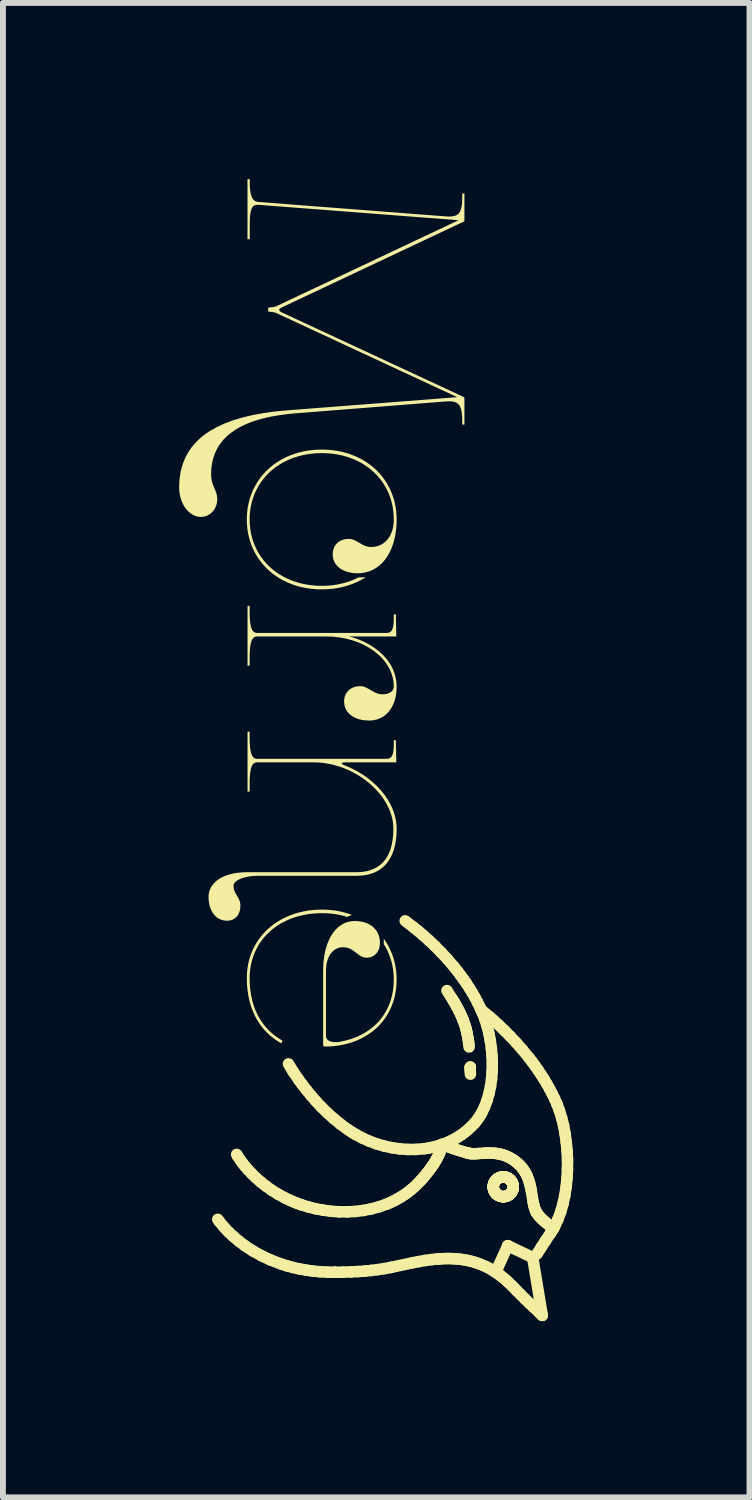
<source format=kicad_pcb>
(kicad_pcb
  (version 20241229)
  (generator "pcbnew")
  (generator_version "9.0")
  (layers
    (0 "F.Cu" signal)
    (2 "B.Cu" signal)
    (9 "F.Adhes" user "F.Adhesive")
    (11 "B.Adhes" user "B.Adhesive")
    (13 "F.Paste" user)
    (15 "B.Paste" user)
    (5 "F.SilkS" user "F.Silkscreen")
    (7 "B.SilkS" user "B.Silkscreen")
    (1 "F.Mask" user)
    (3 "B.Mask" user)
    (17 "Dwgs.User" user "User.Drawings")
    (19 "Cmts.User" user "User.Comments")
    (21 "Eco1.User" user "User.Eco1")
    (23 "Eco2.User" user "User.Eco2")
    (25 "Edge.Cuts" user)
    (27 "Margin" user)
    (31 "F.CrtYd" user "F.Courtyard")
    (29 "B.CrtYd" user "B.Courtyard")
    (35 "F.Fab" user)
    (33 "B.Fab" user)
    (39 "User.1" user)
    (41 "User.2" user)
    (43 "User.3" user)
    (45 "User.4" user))
  (footprint "morneLogo F.CU"
    (layer "F.Cu")
    (at 3.261 9.28)
    (property "Reference" "morneLogo F.CU" (at 1.575 -0.9 270) (unlocked yes) (layer "User.9") (effects (font (size 1 1) (thickness 0.15))))
    (attr smd)
    (fp_line (start -2.576 8.466) (end -2.604 8.427) (stroke (width 0.196) (type solid)) (layer "F.SilkS"))
    (fp_line (start -2.49 8.569) (end -2.576 8.466) (stroke (width 0.196) (type solid)) (layer "F.SilkS"))
    (fp_line (start -2.425 8.638) (end -2.49 8.569) (stroke (width 0.196) (type solid)) (layer "F.SilkS"))
    (fp_line (start -2.344 8.714) (end -2.425 8.638) (stroke (width 0.196) (type solid)) (layer "F.SilkS"))
    (fp_line (start -2.267 7.348) (end -2.282 7.322) (stroke (width 0.196) (type solid)) (layer "F.SilkS"))
    (fp_line (start -2.248 8.796) (end -2.344 8.714) (stroke (width 0.196) (type solid)) (layer "F.SilkS"))
    (fp_line (start -2.22 7.418) (end -2.267 7.348) (stroke (width 0.196) (type solid)) (layer "F.SilkS"))
    (fp_line (start -2.185 7.467) (end -2.22 7.418) (stroke (width 0.196) (type solid)) (layer "F.SilkS"))
    (fp_line (start -2.141 7.522) (end -2.185 7.467) (stroke (width 0.196) (type solid)) (layer "F.SilkS"))
    (fp_line (start -2.135 8.881) (end -2.248 8.796) (stroke (width 0.196) (type solid)) (layer "F.SilkS"))
    (fp_line (start -2.088 7.584) (end -2.141 7.522) (stroke (width 0.196) (type solid)) (layer "F.SilkS"))
    (fp_line (start -2.026 7.649) (end -2.088 7.584) (stroke (width 0.196) (type solid)) (layer "F.SilkS"))
    (fp_line (start -2.006 8.965) (end -2.135 8.881) (stroke (width 0.196) (type solid)) (layer "F.SilkS"))
    (fp_line (start -1.955 7.718) (end -2.026 7.649) (stroke (width 0.196) (type solid)) (layer "F.SilkS"))
    (fp_line (start -1.875 7.789) (end -1.955 7.718) (stroke (width 0.196) (type solid)) (layer "F.SilkS"))
    (fp_line (start -1.859 9.047) (end -2.006 8.965) (stroke (width 0.196) (type solid)) (layer "F.SilkS"))
    (fp_line (start -1.785 7.86) (end -1.875 7.789) (stroke (width 0.196) (type solid)) (layer "F.SilkS"))
    (fp_line (start -1.696 9.123) (end -1.859 9.047) (stroke (width 0.196) (type solid)) (layer "F.SilkS"))
    (fp_line (start -1.686 7.931) (end -1.785 7.86) (stroke (width 0.196) (type solid)) (layer "F.SilkS"))
    (fp_line (start -1.577 7.999) (end -1.686 7.931) (stroke (width 0.196) (type solid)) (layer "F.SilkS"))
    (fp_line (start -1.516 9.191) (end -1.696 9.123) (stroke (width 0.196) (type solid)) (layer "F.SilkS"))
    (fp_line (start -1.457 8.064) (end -1.577 7.999) (stroke (width 0.196) (type solid)) (layer "F.SilkS"))
    (fp_line (start -1.419 9.221) (end -1.516 9.191) (stroke (width 0.196) (type solid)) (layer "F.SilkS"))
    (fp_line (start -1.393 8.094) (end -1.457 8.064) (stroke (width 0.196) (type solid)) (layer "F.SilkS"))
    (fp_line (start -1.327 8.124) (end -1.393 8.094) (stroke (width 0.196) (type solid)) (layer "F.SilkS"))
    (fp_line (start -1.322 5.91) (end -1.4 5.781) (stroke (width 0.196) (type solid)) (layer "F.SilkS"))
    (fp_line (start -1.317 9.248) (end -1.419 9.221) (stroke (width 0.196) (type solid)) (layer "F.SilkS"))
    (fp_line (start -1.258 8.152) (end -1.327 8.124) (stroke (width 0.196) (type solid)) (layer "F.SilkS"))
    (fp_line (start -1.226 6.051) (end -1.322 5.91) (stroke (width 0.196) (type solid)) (layer "F.SilkS"))
    (fp_line (start -1.211 9.272) (end -1.317 9.248) (stroke (width 0.196) (type solid)) (layer "F.SilkS"))
    (fp_line (start -1.186 8.178) (end -1.258 8.152) (stroke (width 0.196) (type solid)) (layer "F.SilkS"))
    (fp_line (start -1.186 8.178) (end -1.186 8.178) (stroke (width 0.196) (type solid)) (layer "F.SilkS"))
    (fp_line (start -1.165 6.134) (end -1.226 6.051) (stroke (width 0.196) (type solid)) (layer "F.SilkS"))
    (fp_line (start -1.1 9.292) (end -1.211 9.272) (stroke (width 0.196) (type solid)) (layer "F.SilkS"))
    (fp_line (start -1.095 6.224) (end -1.165 6.134) (stroke (width 0.196) (type solid)) (layer "F.SilkS"))
    (fp_line (start -1.063 8.216) (end -1.186 8.178) (stroke (width 0.196) (type solid)) (layer "F.SilkS"))
    (fp_line (start -1.017 6.319) (end -1.095 6.224) (stroke (width 0.196) (type solid)) (layer "F.SilkS"))
    (fp_line (start -0.985 9.308) (end -1.1 9.292) (stroke (width 0.196) (type solid)) (layer "F.SilkS"))
    (fp_line (start -0.936 8.248) (end -1.063 8.216) (stroke (width 0.196) (type solid)) (layer "F.SilkS"))
    (fp_line (start -0.931 6.418) (end -1.017 6.319) (stroke (width 0.196) (type solid)) (layer "F.SilkS"))
    (fp_line (start -0.865 9.319) (end -0.985 9.308) (stroke (width 0.196) (type solid)) (layer "F.SilkS"))
    (fp_line (start -0.838 6.518) (end -0.931 6.418) (stroke (width 0.196) (type solid)) (layer "F.SilkS"))
    (fp_line (start -0.806 8.272) (end -0.936 8.248) (stroke (width 0.196) (type solid)) (layer "F.SilkS"))
    (fp_line (start -0.741 9.326) (end -0.865 9.319) (stroke (width 0.196) (type solid)) (layer "F.SilkS"))
    (fp_line (start -0.736 6.617) (end -0.838 6.518) (stroke (width 0.196) (type solid)) (layer "F.SilkS"))
    (fp_line (start -0.672 8.29) (end -0.806 8.272) (stroke (width 0.196) (type solid)) (layer "F.SilkS"))
    (fp_line (start -0.627 6.715) (end -0.736 6.617) (stroke (width 0.196) (type solid)) (layer "F.SilkS"))
    (fp_line (start -0.611 9.328) (end -0.741 9.326) (stroke (width 0.196) (type solid)) (layer "F.SilkS"))
    (fp_line (start -0.611 9.328) (end -0.611 9.328) (stroke (width 0.196) (type solid)) (layer "F.SilkS"))
    (fp_line (start -0.537 8.299) (end -0.672 8.29) (stroke (width 0.196) (type solid)) (layer "F.SilkS"))
    (fp_line (start -0.511 6.81) (end -0.627 6.715) (stroke (width 0.196) (type solid)) (layer "F.SilkS"))
    (fp_line (start -0.468 9.326) (end -0.611 9.328) (stroke (width 0.196) (type solid)) (layer "F.SilkS"))
    (fp_line (start -0.4 8.3) (end -0.537 8.299) (stroke (width 0.196) (type solid)) (layer "F.SilkS"))
    (fp_line (start -0.388 6.899) (end -0.511 6.81) (stroke (width 0.196) (type solid)) (layer "F.SilkS"))
    (fp_line (start -0.336 9.322) (end -0.468 9.326) (stroke (width 0.196) (type solid)) (layer "F.SilkS"))
    (fp_line (start -0.324 6.941) (end -0.388 6.899) (stroke (width 0.196) (type solid)) (layer "F.SilkS"))
    (fp_line (start -0.263 8.293) (end -0.4 8.3) (stroke (width 0.196) (type solid)) (layer "F.SilkS"))
    (fp_line (start -0.258 6.981) (end -0.324 6.941) (stroke (width 0.196) (type solid)) (layer "F.SilkS"))
    (fp_line (start -0.258 6.981) (end -0.258 6.981) (stroke (width 0.196) (type solid)) (layer "F.SilkS"))
    (fp_line (start -0.213 9.316) (end -0.336 9.322) (stroke (width 0.196) (type solid)) (layer "F.SilkS"))
    (fp_line (start -0.145 7.042) (end -0.258 6.981) (stroke (width 0.196) (type solid)) (layer "F.SilkS"))
    (fp_line (start -0.127 8.276) (end -0.263 8.293) (stroke (width 0.196) (type solid)) (layer "F.SilkS"))
    (fp_line (start -0.098 9.308) (end -0.213 9.316) (stroke (width 0.196) (type solid)) (layer "F.SilkS"))
    (fp_line (start -0.025 7.096) (end -0.145 7.042) (stroke (width 0.196) (type solid)) (layer "F.SilkS"))
    (fp_line (start 0.008 8.25) (end -0.127 8.276) (stroke (width 0.196) (type solid)) (layer "F.SilkS"))
    (fp_line (start 0.014 9.297) (end -0.098 9.308) (stroke (width 0.196) (type solid)) (layer "F.SilkS"))
    (fp_line (start 0.1 7.142) (end -0.025 7.096) (stroke (width 0.196) (type solid)) (layer "F.SilkS"))
    (fp_line (start 0.122 9.283) (end 0.014 9.297) (stroke (width 0.196) (type solid)) (layer "F.SilkS"))
    (fp_line (start 0.141 8.214) (end 0.008 8.25) (stroke (width 0.196) (type solid)) (layer "F.SilkS"))
    (fp_line (start 0.23 7.18) (end 0.1 7.142) (stroke (width 0.196) (type solid)) (layer "F.SilkS"))
    (fp_line (start 0.232 9.266) (end 0.122 9.283) (stroke (width 0.196) (type solid)) (layer "F.SilkS"))
    (fp_line (start 0.272 8.168) (end 0.141 8.214) (stroke (width 0.196) (type solid)) (layer "F.SilkS"))
    (fp_line (start 0.335 8.141) (end 0.272 8.168) (stroke (width 0.196) (type solid)) (layer "F.SilkS"))
    (fp_line (start 0.343 9.246) (end 0.232 9.266) (stroke (width 0.196) (type solid)) (layer "F.SilkS"))
    (fp_line (start 0.343 9.246) (end 0.343 9.246) (stroke (width 0.196) (type solid)) (layer "F.SilkS"))
    (fp_line (start 0.363 7.209) (end 0.23 7.18) (stroke (width 0.196) (type solid)) (layer "F.SilkS"))
    (fp_line (start 0.398 8.111) (end 0.335 8.141) (stroke (width 0.196) (type solid)) (layer "F.SilkS"))
    (fp_line (start 0.459 8.078) (end 0.398 8.111) (stroke (width 0.196) (type solid)) (layer "F.SilkS"))
    (fp_line (start 0.499 7.228) (end 0.363 7.209) (stroke (width 0.196) (type solid)) (layer "F.SilkS"))
    (fp_line (start 0.52 8.042) (end 0.459 8.078) (stroke (width 0.196) (type solid)) (layer "F.SilkS"))
    (fp_line (start 0.579 8.004) (end 0.52 8.042) (stroke (width 0.196) (type solid)) (layer "F.SilkS"))
    (fp_line (start 0.587 3.346) (end 0.734 3.459) (stroke (width 0.196) (type solid)) (layer "F.SilkS"))
    (fp_line (start 0.636 7.238) (end 0.499 7.228) (stroke (width 0.196) (type solid)) (layer "F.SilkS"))
    (fp_line (start 0.636 7.963) (end 0.579 8.004) (stroke (width 0.196) (type solid)) (layer "F.SilkS"))
    (fp_line (start 0.692 7.918) (end 0.636 7.963) (stroke (width 0.196) (type solid)) (layer "F.SilkS"))
    (fp_line (start 0.715 9.166) (end 0.343 9.246) (stroke (width 0.196) (type solid)) (layer "F.SilkS"))
    (fp_line (start 0.734 3.459) (end 0.809 3.519) (stroke (width 0.196) (type solid)) (layer "F.SilkS"))
    (fp_line (start 0.747 7.871) (end 0.692 7.918) (stroke (width 0.196) (type solid)) (layer "F.SilkS"))
    (fp_line (start 0.773 7.237) (end 0.636 7.238) (stroke (width 0.196) (type solid)) (layer "F.SilkS"))
    (fp_line (start 0.799 7.82) (end 0.747 7.871) (stroke (width 0.196) (type solid)) (layer "F.SilkS"))
    (fp_line (start 0.809 3.519) (end 0.895 3.593) (stroke (width 0.196) (type solid)) (layer "F.SilkS"))
    (fp_line (start 0.82 9.146) (end 0.715 9.166) (stroke (width 0.196) (type solid)) (layer "F.SilkS"))
    (fp_line (start 0.85 7.767) (end 0.799 7.82) (stroke (width 0.196) (type solid)) (layer "F.SilkS"))
    (fp_line (start 0.85 7.767) (end 0.85 7.767) (stroke (width 0.196) (type solid)) (layer "F.SilkS"))
    (fp_line (start 0.885 7.728) (end 0.85 7.767) (stroke (width 0.196) (type solid)) (layer "F.SilkS"))
    (fp_line (start 0.895 3.593) (end 0.99 3.678) (stroke (width 0.196) (type solid)) (layer "F.SilkS"))
    (fp_line (start 0.91 7.225) (end 0.773 7.237) (stroke (width 0.196) (type solid)) (layer "F.SilkS"))
    (fp_line (start 0.917 7.691) (end 0.885 7.728) (stroke (width 0.196) (type solid)) (layer "F.SilkS"))
    (fp_line (start 0.93 9.127) (end 0.82 9.146) (stroke (width 0.196) (type solid)) (layer "F.SilkS"))
    (fp_line (start 0.946 7.654) (end 0.917 7.691) (stroke (width 0.196) (type solid)) (layer "F.SilkS"))
    (fp_line (start 0.974 7.62) (end 0.946 7.654) (stroke (width 0.196) (type solid)) (layer "F.SilkS"))
    (fp_line (start 0.978 7.215) (end 0.91 7.225) (stroke (width 0.196) (type solid)) (layer "F.SilkS"))
    (fp_line (start 0.99 3.678) (end 1.092 3.774) (stroke (width 0.196) (type solid)) (layer "F.SilkS"))
    (fp_line (start 1 7.586) (end 0.974 7.62) (stroke (width 0.196) (type solid)) (layer "F.SilkS"))
    (fp_line (start 1.024 7.554) (end 1 7.586) (stroke (width 0.196) (type solid)) (layer "F.SilkS"))
    (fp_line (start 1.045 9.112) (end 0.93 9.127) (stroke (width 0.196) (type solid)) (layer "F.SilkS"))
    (fp_line (start 1.045 7.202) (end 0.978 7.215) (stroke (width 0.196) (type solid)) (layer "F.SilkS"))
    (fp_line (start 1.045 7.523) (end 1.024 7.554) (stroke (width 0.196) (type solid)) (layer "F.SilkS"))
    (fp_line (start 1.065 7.494) (end 1.045 7.523) (stroke (width 0.196) (type solid)) (layer "F.SilkS"))
    (fp_line (start 1.084 7.465) (end 1.065 7.494) (stroke (width 0.196) (type solid)) (layer "F.SilkS"))
    (fp_line (start 1.092 3.774) (end 1.198 3.882) (stroke (width 0.196) (type solid)) (layer "F.SilkS"))
    (fp_line (start 1.1 7.438) (end 1.084 7.465) (stroke (width 0.196) (type solid)) (layer "F.SilkS"))
    (fp_line (start 1.105 9.106) (end 1.045 9.112) (stroke (width 0.196) (type solid)) (layer "F.SilkS"))
    (fp_line (start 1.112 7.186) (end 1.045 7.202) (stroke (width 0.196) (type solid)) (layer "F.SilkS"))
    (fp_line (start 1.115 7.412) (end 1.1 7.438) (stroke (width 0.196) (type solid)) (layer "F.SilkS"))
    (fp_line (start 1.129 7.388) (end 1.115 7.412) (stroke (width 0.196) (type solid)) (layer "F.SilkS"))
    (fp_line (start 1.141 7.364) (end 1.129 7.388) (stroke (width 0.196) (type solid)) (layer "F.SilkS"))
    (fp_line (start 1.152 7.342) (end 1.141 7.364) (stroke (width 0.196) (type solid)) (layer "F.SilkS"))
    (fp_line (start 1.161 7.322) (end 1.152 7.342) (stroke (width 0.196) (type solid)) (layer "F.SilkS"))
    (fp_line (start 1.166 9.101) (end 1.105 9.106) (stroke (width 0.196) (type solid)) (layer "F.SilkS"))
    (fp_line (start 1.166 9.101) (end 1.166 9.101) (stroke (width 0.196) (type solid)) (layer "F.SilkS"))
    (fp_line (start 1.17 7.302) (end 1.161 7.322) (stroke (width 0.196) (type solid)) (layer "F.SilkS"))
    (fp_line (start 1.177 7.284) (end 1.17 7.302) (stroke (width 0.196) (type solid)) (layer "F.SilkS"))
    (fp_line (start 1.177 7.167) (end 1.112 7.186) (stroke (width 0.196) (type solid)) (layer "F.SilkS"))
    (fp_line (start 1.183 7.266) (end 1.177 7.284) (stroke (width 0.196) (type solid)) (layer "F.SilkS"))
    (fp_line (start 1.189 7.25) (end 1.183 7.266) (stroke (width 0.196) (type solid)) (layer "F.SilkS"))
    (fp_line (start 1.193 7.236) (end 1.189 7.25) (stroke (width 0.196) (type solid)) (layer "F.SilkS"))
    (fp_line (start 1.198 3.882) (end 1.308 4) (stroke (width 0.196) (type solid)) (layer "F.SilkS"))
    (fp_line (start 1.2 7.21) (end 1.193 7.236) (stroke (width 0.196) (type solid)) (layer "F.SilkS"))
    (fp_line (start 1.204 7.188) (end 1.2 7.21) (stroke (width 0.196) (type solid)) (layer "F.SilkS"))
    (fp_line (start 1.209 7.149) (end 1.204 7.188) (stroke (width 0.196) (type solid)) (layer "F.SilkS"))
    (fp_line (start 1.228 9.097) (end 1.166 9.101) (stroke (width 0.196) (type solid)) (layer "F.SilkS"))
    (fp_line (start 1.242 7.145) (end 1.177 7.167) (stroke (width 0.196) (type solid)) (layer "F.SilkS"))
    (fp_line (start 1.289 9.095) (end 1.228 9.097) (stroke (width 0.196) (type solid)) (layer "F.SilkS"))
    (fp_line (start 1.298 4.533) (end 1.396 4.688) (stroke (width 0.196) (type solid)) (layer "F.SilkS"))
    (fp_line (start 1.306 7.119) (end 1.242 7.145) (stroke (width 0.196) (type solid)) (layer "F.SilkS"))
    (fp_line (start 1.308 4) (end 1.417 4.128) (stroke (width 0.196) (type solid)) (layer "F.SilkS"))
    (fp_line (start 1.318 7.186) (end 1.318 7.187) (stroke (width 0.196) (type solid)) (layer "F.SilkS"))
    (fp_line (start 1.318 7.187) (end 1.319 7.188) (stroke (width 0.196) (type solid)) (layer "F.SilkS"))
    (fp_line (start 1.319 7.188) (end 1.325 7.191) (stroke (width 0.196) (type solid)) (layer "F.SilkS"))
    (fp_line (start 1.325 7.191) (end 1.348 7.201) (stroke (width 0.196) (type solid)) (layer "F.SilkS"))
    (fp_line (start 1.348 7.201) (end 1.385 7.215) (stroke (width 0.196) (type solid)) (layer "F.SilkS"))
    (fp_line (start 1.35 9.095) (end 1.289 9.095) (stroke (width 0.196) (type solid)) (layer "F.SilkS"))
    (fp_line (start 1.369 7.09) (end 1.306 7.119) (stroke (width 0.196) (type solid)) (layer "F.SilkS"))
    (fp_line (start 1.385 7.215) (end 1.433 7.232) (stroke (width 0.196) (type solid)) (layer "F.SilkS"))
    (fp_line (start 1.396 4.688) (end 1.418 4.724) (stroke (width 0.196) (type solid)) (layer "F.SilkS"))
    (fp_line (start 1.41 9.098) (end 1.35 9.095) (stroke (width 0.196) (type solid)) (layer "F.SilkS"))
    (fp_line (start 1.417 4.128) (end 1.472 4.196) (stroke (width 0.196) (type solid)) (layer "F.SilkS"))
    (fp_line (start 1.418 4.724) (end 1.441 4.763) (stroke (width 0.196) (type solid)) (layer "F.SilkS"))
    (fp_line (start 1.43 7.058) (end 1.369 7.09) (stroke (width 0.196) (type solid)) (layer "F.SilkS"))
    (fp_line (start 1.433 7.232) (end 1.488 7.25) (stroke (width 0.196) (type solid)) (layer "F.SilkS"))
    (fp_line (start 1.441 4.763) (end 1.464 4.805) (stroke (width 0.196) (type solid)) (layer "F.SilkS"))
    (fp_line (start 1.464 4.805) (end 1.487 4.848) (stroke (width 0.196) (type solid)) (layer "F.SilkS"))
    (fp_line (start 1.47 9.102) (end 1.41 9.098) (stroke (width 0.196) (type solid)) (layer "F.SilkS"))
    (fp_line (start 1.472 4.196) (end 1.525 4.266) (stroke (width 0.196) (type solid)) (layer "F.SilkS"))
    (fp_line (start 1.487 4.848) (end 1.51 4.893) (stroke (width 0.196) (type solid)) (layer "F.SilkS"))
    (fp_line (start 1.488 7.25) (end 1.549 7.269) (stroke (width 0.196) (type solid)) (layer "F.SilkS"))
    (fp_line (start 1.49 7.023) (end 1.43 7.058) (stroke (width 0.196) (type solid)) (layer "F.SilkS"))
    (fp_line (start 1.51 4.893) (end 1.532 4.939) (stroke (width 0.196) (type solid)) (layer "F.SilkS"))
    (fp_line (start 1.525 4.266) (end 1.578 4.339) (stroke (width 0.196) (type solid)) (layer "F.SilkS"))
    (fp_line (start 1.529 9.108) (end 1.47 9.102) (stroke (width 0.196) (type solid)) (layer "F.SilkS"))
    (fp_line (start 1.532 4.939) (end 1.553 4.986) (stroke (width 0.196) (type solid)) (layer "F.SilkS"))
    (fp_line (start 1.549 7.269) (end 1.611 7.287) (stroke (width 0.196) (type solid)) (layer "F.SilkS"))
    (fp_line (start 1.549 6.984) (end 1.49 7.023) (stroke (width 0.196) (type solid)) (layer "F.SilkS"))
    (fp_line (start 1.553 4.986) (end 1.573 5.034) (stroke (width 0.196) (type solid)) (layer "F.SilkS"))
    (fp_line (start 1.573 5.034) (end 1.573 5.034) (stroke (width 0.196) (type solid)) (layer "F.SilkS"))
    (fp_line (start 1.573 5.034) (end 1.588 5.075) (stroke (width 0.196) (type solid)) (layer "F.SilkS"))
    (fp_line (start 1.578 4.339) (end 1.63 4.413) (stroke (width 0.196) (type solid)) (layer "F.SilkS"))
    (fp_line (start 1.588 9.116) (end 1.529 9.108) (stroke (width 0.196) (type solid)) (layer "F.SilkS"))
    (fp_line (start 1.588 5.075) (end 1.602 5.117) (stroke (width 0.196) (type solid)) (layer "F.SilkS"))
    (fp_line (start 1.602 5.117) (end 1.615 5.158) (stroke (width 0.196) (type solid)) (layer "F.SilkS"))
    (fp_line (start 1.605 6.942) (end 1.549 6.984) (stroke (width 0.196) (type solid)) (layer "F.SilkS"))
    (fp_line (start 1.611 7.287) (end 1.642 7.296) (stroke (width 0.196) (type solid)) (layer "F.SilkS"))
    (fp_line (start 1.615 5.158) (end 1.626 5.199) (stroke (width 0.196) (type solid)) (layer "F.SilkS"))
    (fp_line (start 1.626 5.199) (end 1.635 5.238) (stroke (width 0.196) (type solid)) (layer "F.SilkS"))
    (fp_line (start 1.63 4.413) (end 1.68 4.491) (stroke (width 0.196) (type solid)) (layer "F.SilkS"))
    (fp_line (start 1.635 5.238) (end 1.643 5.276) (stroke (width 0.196) (type solid)) (layer "F.SilkS"))
    (fp_line (start 1.642 7.296) (end 1.673 7.303) (stroke (width 0.196) (type solid)) (layer "F.SilkS"))
    (fp_line (start 1.643 5.276) (end 1.657 5.346) (stroke (width 0.196) (type solid)) (layer "F.SilkS"))
    (fp_line (start 1.646 9.127) (end 1.588 9.116) (stroke (width 0.196) (type solid)) (layer "F.SilkS"))
    (fp_line (start 1.657 5.346) (end 1.665 5.406) (stroke (width 0.196) (type solid)) (layer "F.SilkS"))
    (fp_line (start 1.66 6.896) (end 1.605 6.942) (stroke (width 0.196) (type solid)) (layer "F.SilkS"))
    (fp_line (start 1.665 5.406) (end 1.671 5.453) (stroke (width 0.196) (type solid)) (layer "F.SilkS"))
    (fp_line (start 1.671 5.453) (end 1.675 5.493) (stroke (width 0.196) (type solid)) (layer "F.SilkS"))
    (fp_line (start 1.673 7.303) (end 1.673 7.303) (stroke (width 0.196) (type solid)) (layer "F.SilkS"))
    (fp_line (start 1.673 7.303) (end 1.689 7.307) (stroke (width 0.196) (type solid)) (layer "F.SilkS"))
    (fp_line (start 1.68 4.491) (end 1.729 4.57) (stroke (width 0.196) (type solid)) (layer "F.SilkS"))
    (fp_line (start 1.689 7.307) (end 1.707 7.309) (stroke (width 0.196) (type solid)) (layer "F.SilkS"))
    (fp_line (start 1.694 5.854) (end 1.695 5.896) (stroke (width 0.196) (type solid)) (layer "F.SilkS"))
    (fp_line (start 1.694 5.84) (end 1.694 5.854) (stroke (width 0.196) (type solid)) (layer "F.SilkS"))
    (fp_line (start 1.695 5.836) (end 1.694 5.84) (stroke (width 0.196) (type solid)) (layer "F.SilkS"))
    (fp_line (start 1.695 5.834) (end 1.695 5.836) (stroke (width 0.196) (type solid)) (layer "F.SilkS"))
    (fp_line (start 1.695 5.896) (end 1.697 5.956) (stroke (width 0.196) (type solid)) (layer "F.SilkS"))
    (fp_line (start 1.703 9.14) (end 1.646 9.127) (stroke (width 0.196) (type solid)) (layer "F.SilkS"))
    (fp_line (start 1.707 7.309) (end 1.744 7.311) (stroke (width 0.196) (type solid)) (layer "F.SilkS"))
    (fp_line (start 1.713 6.846) (end 1.66 6.896) (stroke (width 0.196) (type solid)) (layer "F.SilkS"))
    (fp_line (start 1.729 4.57) (end 1.775 4.651) (stroke (width 0.196) (type solid)) (layer "F.SilkS"))
    (fp_line (start 1.744 7.311) (end 1.786 7.31) (stroke (width 0.196) (type solid)) (layer "F.SilkS"))
    (fp_line (start 1.76 9.155) (end 1.703 9.14) (stroke (width 0.196) (type solid)) (layer "F.SilkS"))
    (fp_line (start 1.764 6.793) (end 1.713 6.846) (stroke (width 0.196) (type solid)) (layer "F.SilkS"))
    (fp_line (start 1.764 6.793) (end 1.764 6.793) (stroke (width 0.196) (type solid)) (layer "F.SilkS"))
    (fp_line (start 1.775 4.651) (end 1.819 4.735) (stroke (width 0.196) (type solid)) (layer "F.SilkS"))
    (fp_line (start 1.786 7.31) (end 1.83 7.307) (stroke (width 0.196) (type solid)) (layer "F.SilkS"))
    (fp_line (start 1.799 6.752) (end 1.764 6.793) (stroke (width 0.196) (type solid)) (layer "F.SilkS"))
    (fp_line (start 1.816 9.173) (end 1.76 9.155) (stroke (width 0.196) (type solid)) (layer "F.SilkS"))
    (fp_line (start 1.819 4.735) (end 1.861 4.82) (stroke (width 0.196) (type solid)) (layer "F.SilkS"))
    (fp_line (start 1.83 7.307) (end 1.928 7.301) (stroke (width 0.196) (type solid)) (layer "F.SilkS"))
    (fp_line (start 1.831 6.708) (end 1.799 6.752) (stroke (width 0.196) (type solid)) (layer "F.SilkS"))
    (fp_line (start 1.861 4.82) (end 1.9 4.908) (stroke (width 0.196) (type solid)) (layer "F.SilkS"))
    (fp_line (start 1.861 6.663) (end 1.831 6.708) (stroke (width 0.196) (type solid)) (layer "F.SilkS"))
    (fp_line (start 1.872 9.194) (end 1.816 9.173) (stroke (width 0.196) (type solid)) (layer "F.SilkS"))
    (fp_line (start 1.876 4.857) (end 2.019 4.976) (stroke (width 0.196) (type solid)) (layer "F.SilkS"))
    (fp_line (start 1.889 6.615) (end 1.861 6.663) (stroke (width 0.196) (type solid)) (layer "F.SilkS"))
    (fp_line (start 1.9 4.908) (end 1.9 4.908) (stroke (width 0.196) (type solid)) (layer "F.SilkS"))
    (fp_line (start 1.9 4.908) (end 1.943 5.02) (stroke (width 0.196) (type solid)) (layer "F.SilkS"))
    (fp_line (start 1.927 9.217) (end 1.872 9.194) (stroke (width 0.196) (type solid)) (layer "F.SilkS"))
    (fp_line (start 1.928 7.301) (end 1.981 7.298) (stroke (width 0.196) (type solid)) (layer "F.SilkS"))
    (fp_line (start 1.939 6.512) (end 1.889 6.615) (stroke (width 0.196) (type solid)) (layer "F.SilkS"))
    (fp_line (start 1.943 5.02) (end 1.981 5.139) (stroke (width 0.196) (type solid)) (layer "F.SilkS"))
    (fp_line (start 1.98 6.403) (end 1.939 6.512) (stroke (width 0.196) (type solid)) (layer "F.SilkS"))
    (fp_line (start 1.981 5.139) (end 2.012 5.262) (stroke (width 0.196) (type solid)) (layer "F.SilkS"))
    (fp_line (start 1.981 7.298) (end 2.036 7.298) (stroke (width 0.196) (type solid)) (layer "F.SilkS"))
    (fp_line (start 1.982 9.242) (end 1.927 9.217) (stroke (width 0.196) (type solid)) (layer "F.SilkS"))
    (fp_line (start 2.012 5.262) (end 2.036 5.389) (stroke (width 0.196) (type solid)) (layer "F.SilkS"))
    (fp_line (start 2.013 6.286) (end 1.98 6.403) (stroke (width 0.196) (type solid)) (layer "F.SilkS"))
    (fp_line (start 2.019 4.976) (end 2.093 5.04) (stroke (width 0.196) (type solid)) (layer "F.SilkS"))
    (fp_line (start 2.036 9.271) (end 1.982 9.242) (stroke (width 0.196) (type solid)) (layer "F.SilkS"))
    (fp_line (start 2.036 7.298) (end 2.093 7.301) (stroke (width 0.196) (type solid)) (layer "F.SilkS"))
    (fp_line (start 2.036 5.389) (end 2.054 5.518) (stroke (width 0.196) (type solid)) (layer "F.SilkS"))
    (fp_line (start 2.039 6.165) (end 2.013 6.286) (stroke (width 0.196) (type solid)) (layer "F.SilkS"))
    (fp_line (start 2.054 5.518) (end 2.065 5.649) (stroke (width 0.196) (type solid)) (layer "F.SilkS"))
    (fp_line (start 2.057 6.039) (end 2.039 6.165) (stroke (width 0.196) (type solid)) (layer "F.SilkS"))
    (fp_line (start 2.065 5.649) (end 2.07 5.78) (stroke (width 0.196) (type solid)) (layer "F.SilkS"))
    (fp_line (start 2.067 5.911) (end 2.057 6.039) (stroke (width 0.196) (type solid)) (layer "F.SilkS"))
    (fp_line (start 2.07 5.78) (end 2.067 5.911) (stroke (width 0.196) (type solid)) (layer "F.SilkS"))
    (fp_line (start 2.086 7.873) (end 2.086 7.873) (stroke (width 0.196) (type solid)) (layer "F.SilkS"))
    (fp_line (start 2.086 7.873) (end 2.086 7.864) (stroke (width 0.196) (type solid)) (layer "F.SilkS"))
    (fp_line (start 2.086 7.864) (end 2.087 7.856) (stroke (width 0.196) (type solid)) (layer "F.SilkS"))
    (fp_line (start 2.086 7.882) (end 2.086 7.873) (stroke (width 0.196) (type solid)) (layer "F.SilkS"))
    (fp_line (start 2.087 7.856) (end 2.088 7.847) (stroke (width 0.196) (type solid)) (layer "F.SilkS"))
    (fp_line (start 2.087 7.89) (end 2.086 7.882) (stroke (width 0.196) (type solid)) (layer "F.SilkS"))
    (fp_line (start 2.088 7.847) (end 2.089 7.839) (stroke (width 0.196) (type solid)) (layer "F.SilkS"))
    (fp_line (start 2.088 7.899) (end 2.087 7.89) (stroke (width 0.196) (type solid)) (layer "F.SilkS"))
    (fp_line (start 2.089 9.302) (end 2.036 9.271) (stroke (width 0.196) (type solid)) (layer "F.SilkS"))
    (fp_line (start 2.089 9.302) (end 2.089 9.302) (stroke (width 0.196) (type solid)) (layer "F.SilkS"))
    (fp_line (start 2.089 7.839) (end 2.091 7.831) (stroke (width 0.196) (type solid)) (layer "F.SilkS"))
    (fp_line (start 2.089 7.907) (end 2.088 7.899) (stroke (width 0.196) (type solid)) (layer "F.SilkS"))
    (fp_line (start 2.091 7.831) (end 2.094 7.823) (stroke (width 0.196) (type solid)) (layer "F.SilkS"))
    (fp_line (start 2.091 7.915) (end 2.089 7.907) (stroke (width 0.196) (type solid)) (layer "F.SilkS"))
    (fp_line (start 2.093 5.04) (end 2.177 5.117) (stroke (width 0.196) (type solid)) (layer "F.SilkS"))
    (fp_line (start 2.093 7.301) (end 2.122 7.304) (stroke (width 0.196) (type solid)) (layer "F.SilkS"))
    (fp_line (start 2.094 7.823) (end 2.096 7.815) (stroke (width 0.196) (type solid)) (layer "F.SilkS"))
    (fp_line (start 2.094 7.923) (end 2.091 7.915) (stroke (width 0.196) (type solid)) (layer "F.SilkS"))
    (fp_line (start 2.096 7.815) (end 2.099 7.808) (stroke (width 0.196) (type solid)) (layer "F.SilkS"))
    (fp_line (start 2.096 7.931) (end 2.094 7.923) (stroke (width 0.196) (type solid)) (layer "F.SilkS"))
    (fp_line (start 2.099 7.808) (end 2.103 7.8) (stroke (width 0.196) (type solid)) (layer "F.SilkS"))
    (fp_line (start 2.099 7.938) (end 2.096 7.931) (stroke (width 0.196) (type solid)) (layer "F.SilkS"))
    (fp_line (start 2.103 7.8) (end 2.107 7.793) (stroke (width 0.196) (type solid)) (layer "F.SilkS"))
    (fp_line (start 2.103 7.946) (end 2.099 7.938) (stroke (width 0.196) (type solid)) (layer "F.SilkS"))
    (fp_line (start 2.107 7.793) (end 2.111 7.786) (stroke (width 0.196) (type solid)) (layer "F.SilkS"))
    (fp_line (start 2.107 7.953) (end 2.103 7.946) (stroke (width 0.196) (type solid)) (layer "F.SilkS"))
    (fp_line (start 2.111 7.786) (end 2.115 7.779) (stroke (width 0.196) (type solid)) (layer "F.SilkS"))
    (fp_line (start 2.111 7.96) (end 2.107 7.953) (stroke (width 0.196) (type solid)) (layer "F.SilkS"))
    (fp_line (start 2.115 7.779) (end 2.12 7.773) (stroke (width 0.196) (type solid)) (layer "F.SilkS"))
    (fp_line (start 2.115 7.967) (end 2.111 7.96) (stroke (width 0.196) (type solid)) (layer "F.SilkS"))
    (fp_line (start 2.119 9.321) (end 2.089 9.302) (stroke (width 0.196) (type solid)) (layer "F.SilkS"))
    (fp_line (start 2.12 7.773) (end 2.125 7.766) (stroke (width 0.196) (type solid)) (layer "F.SilkS"))
    (fp_line (start 2.12 7.974) (end 2.115 7.967) (stroke (width 0.196) (type solid)) (layer "F.SilkS"))
    (fp_line (start 2.122 7.304) (end 2.151 7.308) (stroke (width 0.196) (type solid)) (layer "F.SilkS"))
    (fp_line (start 2.125 7.766) (end 2.13 7.76) (stroke (width 0.196) (type solid)) (layer "F.SilkS"))
    (fp_line (start 2.125 7.98) (end 2.12 7.974) (stroke (width 0.196) (type solid)) (layer "F.SilkS"))
    (fp_line (start 2.128 9.327) (end 2.333 8.876) (stroke (width 0.196) (type solid)) (layer "F.SilkS"))
    (fp_line (start 2.13 7.76) (end 2.136 7.754) (stroke (width 0.196) (type solid)) (layer "F.SilkS"))
    (fp_line (start 2.13 7.986) (end 2.125 7.98) (stroke (width 0.196) (type solid)) (layer "F.SilkS"))
    (fp_line (start 2.136 7.754) (end 2.142 7.749) (stroke (width 0.196) (type solid)) (layer "F.SilkS"))
    (fp_line (start 2.136 7.992) (end 2.13 7.986) (stroke (width 0.196) (type solid)) (layer "F.SilkS"))
    (fp_line (start 2.142 7.749) (end 2.148 7.743) (stroke (width 0.196) (type solid)) (layer "F.SilkS"))
    (fp_line (start 2.142 7.997) (end 2.136 7.992) (stroke (width 0.196) (type solid)) (layer "F.SilkS"))
    (fp_line (start 2.148 7.743) (end 2.154 7.738) (stroke (width 0.196) (type solid)) (layer "F.SilkS"))
    (fp_line (start 2.148 8.003) (end 2.142 7.997) (stroke (width 0.196) (type solid)) (layer "F.SilkS"))
    (fp_line (start 2.148 9.341) (end 2.119 9.321) (stroke (width 0.196) (type solid)) (layer "F.SilkS"))
    (fp_line (start 2.151 7.308) (end 2.181 7.313) (stroke (width 0.196) (type solid)) (layer "F.SilkS"))
    (fp_line (start 2.154 7.738) (end 2.161 7.734) (stroke (width 0.196) (type solid)) (layer "F.SilkS"))
    (fp_line (start 2.154 8.008) (end 2.148 8.003) (stroke (width 0.196) (type solid)) (layer "F.SilkS"))
    (fp_line (start 2.161 7.734) (end 2.168 7.729) (stroke (width 0.196) (type solid)) (layer "F.SilkS"))
    (fp_line (start 2.161 8.012) (end 2.154 8.008) (stroke (width 0.196) (type solid)) (layer "F.SilkS"))
    (fp_line (start 2.168 7.729) (end 2.175 7.725) (stroke (width 0.196) (type solid)) (layer "F.SilkS"))
    (fp_line (start 2.168 8.017) (end 2.161 8.012) (stroke (width 0.196) (type solid)) (layer "F.SilkS"))
    (fp_line (start 2.175 7.725) (end 2.182 7.722) (stroke (width 0.196) (type solid)) (layer "F.SilkS"))
    (fp_line (start 2.175 8.021) (end 2.168 8.017) (stroke (width 0.196) (type solid)) (layer "F.SilkS"))
    (fp_line (start 2.176 9.361) (end 2.148 9.341) (stroke (width 0.196) (type solid)) (layer "F.SilkS"))
    (fp_line (start 2.177 5.117) (end 2.27 5.206) (stroke (width 0.196) (type solid)) (layer "F.SilkS"))
    (fp_line (start 2.181 7.313) (end 2.211 7.319) (stroke (width 0.196) (type solid)) (layer "F.SilkS"))
    (fp_line (start 2.182 7.722) (end 2.19 7.718) (stroke (width 0.196) (type solid)) (layer "F.SilkS"))
    (fp_line (start 2.182 8.025) (end 2.175 8.021) (stroke (width 0.196) (type solid)) (layer "F.SilkS"))
    (fp_line (start 2.19 7.718) (end 2.197 7.715) (stroke (width 0.196) (type solid)) (layer "F.SilkS"))
    (fp_line (start 2.19 8.028) (end 2.182 8.025) (stroke (width 0.196) (type solid)) (layer "F.SilkS"))
    (fp_line (start 2.197 7.715) (end 2.205 7.713) (stroke (width 0.196) (type solid)) (layer "F.SilkS"))
    (fp_line (start 2.197 8.031) (end 2.19 8.028) (stroke (width 0.196) (type solid)) (layer "F.SilkS"))
    (fp_line (start 2.203 9.38) (end 2.176 9.361) (stroke (width 0.196) (type solid)) (layer "F.SilkS"))
    (fp_line (start 2.205 7.713) (end 2.213 7.71) (stroke (width 0.196) (type solid)) (layer "F.SilkS"))
    (fp_line (start 2.205 8.034) (end 2.197 8.031) (stroke (width 0.196) (type solid)) (layer "F.SilkS"))
    (fp_line (start 2.211 7.319) (end 2.241 7.327) (stroke (width 0.196) (type solid)) (layer "F.SilkS"))
    (fp_line (start 2.213 7.71) (end 2.221 7.708) (stroke (width 0.196) (type solid)) (layer "F.SilkS"))
    (fp_line (start 2.213 8.036) (end 2.205 8.034) (stroke (width 0.196) (type solid)) (layer "F.SilkS"))
    (fp_line (start 2.221 7.708) (end 2.23 7.707) (stroke (width 0.196) (type solid)) (layer "F.SilkS"))
    (fp_line (start 2.221 8.038) (end 2.213 8.036) (stroke (width 0.196) (type solid)) (layer "F.SilkS"))
    (fp_line (start 2.229 9.401) (end 2.203 9.38) (stroke (width 0.196) (type solid)) (layer "F.SilkS"))
    (fp_line (start 2.23 7.707) (end 2.238 7.706) (stroke (width 0.196) (type solid)) (layer "F.SilkS"))
    (fp_line (start 2.23 8.039) (end 2.221 8.038) (stroke (width 0.196) (type solid)) (layer "F.SilkS"))
    (fp_line (start 2.238 7.706) (end 2.247 7.705) (stroke (width 0.196) (type solid)) (layer "F.SilkS"))
    (fp_line (start 2.238 8.04) (end 2.23 8.039) (stroke (width 0.196) (type solid)) (layer "F.SilkS"))
    (fp_line (start 2.241 7.327) (end 2.271 7.337) (stroke (width 0.196) (type solid)) (layer "F.SilkS"))
    (fp_line (start 2.247 7.705) (end 2.256 7.705) (stroke (width 0.196) (type solid)) (layer "F.SilkS"))
    (fp_line (start 2.247 8.041) (end 2.238 8.04) (stroke (width 0.196) (type solid)) (layer "F.SilkS"))
    (fp_line (start 2.255 9.421) (end 2.229 9.401) (stroke (width 0.196) (type solid)) (layer "F.SilkS"))
    (fp_line (start 2.256 7.705) (end 2.256 7.705) (stroke (width 0.196) (type solid)) (layer "F.SilkS"))
    (fp_line (start 2.256 7.705) (end 2.264 7.705) (stroke (width 0.196) (type solid)) (layer "F.SilkS"))
    (fp_line (start 2.256 8.041) (end 2.247 8.041) (stroke (width 0.196) (type solid)) (layer "F.SilkS"))
    (fp_line (start 2.256 8.041) (end 2.256 8.041) (stroke (width 0.196) (type solid)) (layer "F.SilkS"))
    (fp_line (start 2.256 8.041) (end 2.256 8.041) (stroke (width 0.196) (type solid)) (layer "F.SilkS"))
    (fp_line (start 2.264 7.705) (end 2.273 7.706) (stroke (width 0.196) (type solid)) (layer "F.SilkS"))
    (fp_line (start 2.264 8.041) (end 2.256 8.041) (stroke (width 0.196) (type solid)) (layer "F.SilkS"))
    (fp_line (start 2.27 5.206) (end 2.37 5.306) (stroke (width 0.196) (type solid)) (layer "F.SilkS"))
    (fp_line (start 2.271 7.337) (end 2.301 7.348) (stroke (width 0.196) (type solid)) (layer "F.SilkS"))
    (fp_line (start 2.273 7.706) (end 2.281 7.707) (stroke (width 0.196) (type solid)) (layer "F.SilkS"))
    (fp_line (start 2.273 8.04) (end 2.264 8.041) (stroke (width 0.196) (type solid)) (layer "F.SilkS"))
    (fp_line (start 2.28 9.442) (end 2.255 9.421) (stroke (width 0.196) (type solid)) (layer "F.SilkS"))
    (fp_line (start 2.281 7.707) (end 2.29 7.708) (stroke (width 0.196) (type solid)) (layer "F.SilkS"))
    (fp_line (start 2.281 8.039) (end 2.273 8.04) (stroke (width 0.196) (type solid)) (layer "F.SilkS"))
    (fp_line (start 2.29 7.708) (end 2.298 7.71) (stroke (width 0.196) (type solid)) (layer "F.SilkS"))
    (fp_line (start 2.29 8.038) (end 2.281 8.039) (stroke (width 0.196) (type solid)) (layer "F.SilkS"))
    (fp_line (start 2.298 7.71) (end 2.306 7.713) (stroke (width 0.196) (type solid)) (layer "F.SilkS"))
    (fp_line (start 2.298 8.036) (end 2.29 8.038) (stroke (width 0.196) (type solid)) (layer "F.SilkS"))
    (fp_line (start 2.301 7.348) (end 2.332 7.361) (stroke (width 0.196) (type solid)) (layer "F.SilkS"))
    (fp_line (start 2.304 9.463) (end 2.28 9.442) (stroke (width 0.196) (type solid)) (layer "F.SilkS"))
    (fp_line (start 2.306 7.713) (end 2.314 7.715) (stroke (width 0.196) (type solid)) (layer "F.SilkS"))
    (fp_line (start 2.306 8.034) (end 2.298 8.036) (stroke (width 0.196) (type solid)) (layer "F.SilkS"))
    (fp_line (start 2.314 7.715) (end 2.322 7.718) (stroke (width 0.196) (type solid)) (layer "F.SilkS"))
    (fp_line (start 2.314 8.031) (end 2.306 8.034) (stroke (width 0.196) (type solid)) (layer "F.SilkS"))
    (fp_line (start 2.322 7.718) (end 2.329 7.722) (stroke (width 0.196) (type solid)) (layer "F.SilkS"))
    (fp_line (start 2.322 8.028) (end 2.314 8.031) (stroke (width 0.196) (type solid)) (layer "F.SilkS"))
    (fp_line (start 2.328 9.485) (end 2.304 9.463) (stroke (width 0.196) (type solid)) (layer "F.SilkS"))
    (fp_line (start 2.329 7.722) (end 2.336 7.725) (stroke (width 0.196) (type solid)) (layer "F.SilkS"))
    (fp_line (start 2.329 8.025) (end 2.322 8.028) (stroke (width 0.196) (type solid)) (layer "F.SilkS"))
    (fp_line (start 2.332 7.361) (end 2.362 7.376) (stroke (width 0.196) (type solid)) (layer "F.SilkS"))
    (fp_line (start 2.333 8.876) (end 2.333 8.876) (stroke (width 0.196) (type solid)) (layer "F.SilkS"))
    (fp_line (start 2.333 8.876) (end 2.757 9.077) (stroke (width 0.196) (type solid)) (layer "F.SilkS"))
    (fp_line (start 2.336 7.725) (end 2.344 7.729) (stroke (width 0.196) (type solid)) (layer "F.SilkS"))
    (fp_line (start 2.336 8.021) (end 2.329 8.025) (stroke (width 0.196) (type solid)) (layer "F.SilkS"))
    (fp_line (start 2.344 7.729) (end 2.35 7.734) (stroke (width 0.196) (type solid)) (layer "F.SilkS"))
    (fp_line (start 2.344 8.017) (end 2.336 8.021) (stroke (width 0.196) (type solid)) (layer "F.SilkS"))
    (fp_line (start 2.35 7.734) (end 2.357 7.738) (stroke (width 0.196) (type solid)) (layer "F.SilkS"))
    (fp_line (start 2.35 8.012) (end 2.344 8.017) (stroke (width 0.196) (type solid)) (layer "F.SilkS"))
    (fp_line (start 2.351 9.506) (end 2.328 9.485) (stroke (width 0.196) (type solid)) (layer "F.SilkS"))
    (fp_line (start 2.357 7.738) (end 2.364 7.743) (stroke (width 0.196) (type solid)) (layer "F.SilkS"))
    (fp_line (start 2.357 8.008) (end 2.35 8.012) (stroke (width 0.196) (type solid)) (layer "F.SilkS"))
    (fp_line (start 2.362 7.376) (end 2.393 7.393) (stroke (width 0.196) (type solid)) (layer "F.SilkS"))
    (fp_line (start 2.364 7.743) (end 2.37 7.749) (stroke (width 0.196) (type solid)) (layer "F.SilkS"))
    (fp_line (start 2.364 8.003) (end 2.357 8.008) (stroke (width 0.196) (type solid)) (layer "F.SilkS"))
    (fp_line (start 2.37 7.749) (end 2.376 7.754) (stroke (width 0.196) (type solid)) (layer "F.SilkS"))
    (fp_line (start 2.37 7.997) (end 2.364 8.003) (stroke (width 0.196) (type solid)) (layer "F.SilkS"))
    (fp_line (start 2.37 5.306) (end 2.475 5.418) (stroke (width 0.196) (type solid)) (layer "F.SilkS"))
    (fp_line (start 2.376 7.754) (end 2.381 7.76) (stroke (width 0.196) (type solid)) (layer "F.SilkS"))
    (fp_line (start 2.376 7.992) (end 2.37 7.997) (stroke (width 0.196) (type solid)) (layer "F.SilkS"))
    (fp_line (start 2.381 7.76) (end 2.387 7.766) (stroke (width 0.196) (type solid)) (layer "F.SilkS"))
    (fp_line (start 2.381 7.986) (end 2.376 7.992) (stroke (width 0.196) (type solid)) (layer "F.SilkS"))
    (fp_line (start 2.387 7.766) (end 2.392 7.773) (stroke (width 0.196) (type solid)) (layer "F.SilkS"))
    (fp_line (start 2.387 7.98) (end 2.381 7.986) (stroke (width 0.196) (type solid)) (layer "F.SilkS"))
    (fp_line (start 2.392 7.773) (end 2.396 7.779) (stroke (width 0.196) (type solid)) (layer "F.SilkS"))
    (fp_line (start 2.392 7.974) (end 2.387 7.98) (stroke (width 0.196) (type solid)) (layer "F.SilkS"))
    (fp_line (start 2.393 7.393) (end 2.423 7.412) (stroke (width 0.196) (type solid)) (layer "F.SilkS"))
    (fp_line (start 2.396 7.779) (end 2.401 7.786) (stroke (width 0.196) (type solid)) (layer "F.SilkS"))
    (fp_line (start 2.396 7.967) (end 2.392 7.974) (stroke (width 0.196) (type solid)) (layer "F.SilkS"))
    (fp_line (start 2.397 9.55) (end 2.351 9.506) (stroke (width 0.196) (type solid)) (layer "F.SilkS"))
    (fp_line (start 2.401 7.786) (end 2.405 7.793) (stroke (width 0.196) (type solid)) (layer "F.SilkS"))
    (fp_line (start 2.401 7.96) (end 2.396 7.967) (stroke (width 0.196) (type solid)) (layer "F.SilkS"))
    (fp_line (start 2.405 7.793) (end 2.409 7.8) (stroke (width 0.196) (type solid)) (layer "F.SilkS"))
    (fp_line (start 2.405 7.953) (end 2.401 7.96) (stroke (width 0.196) (type solid)) (layer "F.SilkS"))
    (fp_line (start 2.409 7.8) (end 2.412 7.808) (stroke (width 0.196) (type solid)) (layer "F.SilkS"))
    (fp_line (start 2.409 7.946) (end 2.405 7.953) (stroke (width 0.196) (type solid)) (layer "F.SilkS"))
    (fp_line (start 2.412 7.808) (end 2.415 7.815) (stroke (width 0.196) (type solid)) (layer "F.SilkS"))
    (fp_line (start 2.412 7.938) (end 2.409 7.946) (stroke (width 0.196) (type solid)) (layer "F.SilkS"))
    (fp_line (start 2.415 7.815) (end 2.418 7.823) (stroke (width 0.196) (type solid)) (layer "F.SilkS"))
    (fp_line (start 2.415 7.931) (end 2.412 7.938) (stroke (width 0.196) (type solid)) (layer "F.SilkS"))
    (fp_line (start 2.418 7.823) (end 2.42 7.831) (stroke (width 0.196) (type solid)) (layer "F.SilkS"))
    (fp_line (start 2.418 7.923) (end 2.415 7.931) (stroke (width 0.196) (type solid)) (layer "F.SilkS"))
    (fp_line (start 2.42 7.831) (end 2.422 7.839) (stroke (width 0.196) (type solid)) (layer "F.SilkS"))
    (fp_line (start 2.42 7.915) (end 2.418 7.923) (stroke (width 0.196) (type solid)) (layer "F.SilkS"))
    (fp_line (start 2.422 7.839) (end 2.423 7.847) (stroke (width 0.196) (type solid)) (layer "F.SilkS"))
    (fp_line (start 2.422 7.907) (end 2.42 7.915) (stroke (width 0.196) (type solid)) (layer "F.SilkS"))
    (fp_line (start 2.423 7.412) (end 2.454 7.433) (stroke (width 0.196) (type solid)) (layer "F.SilkS"))
    (fp_line (start 2.423 7.847) (end 2.424 7.856) (stroke (width 0.196) (type solid)) (layer "F.SilkS"))
    (fp_line (start 2.423 7.899) (end 2.422 7.907) (stroke (width 0.196) (type solid)) (layer "F.SilkS"))
    (fp_line (start 2.424 7.856) (end 2.425 7.864) (stroke (width 0.196) (type solid)) (layer "F.SilkS"))
    (fp_line (start 2.424 7.89) (end 2.423 7.899) (stroke (width 0.196) (type solid)) (layer "F.SilkS"))
    (fp_line (start 2.425 7.864) (end 2.425 7.873) (stroke (width 0.196) (type solid)) (layer "F.SilkS"))
    (fp_line (start 2.425 7.882) (end 2.424 7.89) (stroke (width 0.196) (type solid)) (layer "F.SilkS"))
    (fp_line (start 2.425 7.873) (end 2.425 7.882) (stroke (width 0.196) (type solid)) (layer "F.SilkS"))
    (fp_line (start 2.425 7.873) (end 2.425 7.873) (stroke (width 0.196) (type solid)) (layer "F.SilkS"))
    (fp_line (start 2.442 9.595) (end 2.397 9.55) (stroke (width 0.196) (type solid)) (layer "F.SilkS"))
    (fp_line (start 2.454 7.433) (end 2.484 7.457) (stroke (width 0.196) (type solid)) (layer "F.SilkS"))
    (fp_line (start 2.475 5.418) (end 2.582 5.54) (stroke (width 0.196) (type solid)) (layer "F.SilkS"))
    (fp_line (start 2.484 7.457) (end 2.514 7.483) (stroke (width 0.196) (type solid)) (layer "F.SilkS"))
    (fp_line (start 2.486 9.642) (end 2.442 9.595) (stroke (width 0.196) (type solid)) (layer "F.SilkS"))
    (fp_line (start 2.486 9.642) (end 2.486 9.642) (stroke (width 0.196) (type solid)) (layer "F.SilkS"))
    (fp_line (start 2.514 7.483) (end 2.514 7.483) (stroke (width 0.196) (type solid)) (layer "F.SilkS"))
    (fp_line (start 2.514 7.483) (end 2.539 7.507) (stroke (width 0.196) (type solid)) (layer "F.SilkS"))
    (fp_line (start 2.539 7.507) (end 2.562 7.532) (stroke (width 0.196) (type solid)) (layer "F.SilkS"))
    (fp_line (start 2.554 9.71) (end 2.486 9.642) (stroke (width 0.196) (type solid)) (layer "F.SilkS"))
    (fp_line (start 2.562 7.532) (end 2.583 7.557) (stroke (width 0.196) (type solid)) (layer "F.SilkS"))
    (fp_line (start 2.582 5.54) (end 2.691 5.672) (stroke (width 0.196) (type solid)) (layer "F.SilkS"))
    (fp_line (start 2.583 7.557) (end 2.602 7.583) (stroke (width 0.196) (type solid)) (layer "F.SilkS"))
    (fp_line (start 2.602 7.583) (end 2.619 7.61) (stroke (width 0.196) (type solid)) (layer "F.SilkS"))
    (fp_line (start 2.619 7.61) (end 2.635 7.637) (stroke (width 0.196) (type solid)) (layer "F.SilkS"))
    (fp_line (start 2.626 9.782) (end 2.554 9.71) (stroke (width 0.196) (type solid)) (layer "F.SilkS"))
    (fp_line (start 2.635 7.637) (end 2.65 7.664) (stroke (width 0.196) (type solid)) (layer "F.SilkS"))
    (fp_line (start 2.65 7.664) (end 2.663 7.692) (stroke (width 0.196) (type solid)) (layer "F.SilkS"))
    (fp_line (start 2.663 7.692) (end 2.685 7.749) (stroke (width 0.196) (type solid)) (layer "F.SilkS"))
    (fp_line (start 2.685 7.749) (end 2.703 7.806) (stroke (width 0.196) (type solid)) (layer "F.SilkS"))
    (fp_line (start 2.691 5.672) (end 2.744 5.741) (stroke (width 0.196) (type solid)) (layer "F.SilkS"))
    (fp_line (start 2.698 9.852) (end 2.626 9.782) (stroke (width 0.196) (type solid)) (layer "F.SilkS"))
    (fp_line (start 2.703 7.806) (end 2.718 7.864) (stroke (width 0.196) (type solid)) (layer "F.SilkS"))
    (fp_line (start 2.718 7.864) (end 2.73 7.921) (stroke (width 0.196) (type solid)) (layer "F.SilkS"))
    (fp_line (start 2.73 7.921) (end 2.766 8.138) (stroke (width 0.196) (type solid)) (layer "F.SilkS"))
    (fp_line (start 2.744 5.741) (end 2.797 5.813) (stroke (width 0.196) (type solid)) (layer "F.SilkS"))
    (fp_line (start 2.757 9.077) (end 2.757 9.077) (stroke (width 0.196) (type solid)) (layer "F.SilkS"))
    (fp_line (start 2.757 9.077) (end 2.92 10.062) (stroke (width 0.196) (type solid)) (layer "F.SilkS"))
    (fp_line (start 2.766 8.138) (end 2.776 8.187) (stroke (width 0.196) (type solid)) (layer "F.SilkS"))
    (fp_line (start 2.767 9.918) (end 2.698 9.852) (stroke (width 0.196) (type solid)) (layer "F.SilkS"))
    (fp_line (start 2.776 8.187) (end 2.789 8.232) (stroke (width 0.196) (type solid)) (layer "F.SilkS"))
    (fp_line (start 2.789 8.232) (end 2.804 8.274) (stroke (width 0.196) (type solid)) (layer "F.SilkS"))
    (fp_line (start 2.797 5.813) (end 2.849 5.887) (stroke (width 0.196) (type solid)) (layer "F.SilkS"))
    (fp_line (start 2.804 8.274) (end 2.813 8.293) (stroke (width 0.196) (type solid)) (layer "F.SilkS"))
    (fp_line (start 2.813 8.293) (end 2.822 8.311) (stroke (width 0.196) (type solid)) (layer "F.SilkS"))
    (fp_line (start 2.822 8.311) (end 2.822 8.311) (stroke (width 0.196) (type solid)) (layer "F.SilkS"))
    (fp_line (start 2.822 8.311) (end 2.83 8.323) (stroke (width 0.196) (type solid)) (layer "F.SilkS"))
    (fp_line (start 2.83 8.323) (end 2.839 8.336) (stroke (width 0.196) (type solid)) (layer "F.SilkS"))
    (fp_line (start 2.839 8.336) (end 2.858 8.361) (stroke (width 0.196) (type solid)) (layer "F.SilkS"))
    (fp_line (start 2.849 5.887) (end 2.9 5.963) (stroke (width 0.196) (type solid)) (layer "F.SilkS"))
    (fp_line (start 2.858 8.361) (end 2.879 8.386) (stroke (width 0.196) (type solid)) (layer "F.SilkS"))
    (fp_line (start 2.876 10.021) (end 2.767 9.918) (stroke (width 0.196) (type solid)) (layer "F.SilkS"))
    (fp_line (start 2.879 8.386) (end 2.902 8.41) (stroke (width 0.196) (type solid)) (layer "F.SilkS"))
    (fp_line (start 2.9 8.908) (end 2.829 9.019) (stroke (width 0.196) (type solid)) (layer "F.SilkS"))
    (fp_line (start 2.9 5.963) (end 2.95 6.042) (stroke (width 0.196) (type solid)) (layer "F.SilkS"))
    (fp_line (start 2.902 8.41) (end 2.926 8.433) (stroke (width 0.196) (type solid)) (layer "F.SilkS"))
    (fp_line (start 2.92 10.062) (end 2.876 10.021) (stroke (width 0.196) (type solid)) (layer "F.SilkS"))
    (fp_line (start 2.92 10.062) (end 2.92 10.062) (stroke (width 0.196) (type solid)) (layer "F.SilkS"))
    (fp_line (start 2.926 8.433) (end 2.95 8.455) (stroke (width 0.196) (type solid)) (layer "F.SilkS"))
    (fp_line (start 2.95 6.042) (end 2.998 6.122) (stroke (width 0.196) (type solid)) (layer "F.SilkS"))
    (fp_line (start 2.95 8.455) (end 2.975 8.476) (stroke (width 0.196) (type solid)) (layer "F.SilkS"))
    (fp_line (start 2.975 8.792) (end 2.9 8.908) (stroke (width 0.196) (type solid)) (layer "F.SilkS"))
    (fp_line (start 2.975 8.476) (end 2.999 8.496) (stroke (width 0.196) (type solid)) (layer "F.SilkS"))
    (fp_line (start 2.998 6.122) (end 3.044 6.204) (stroke (width 0.196) (type solid)) (layer "F.SilkS"))
    (fp_line (start 2.999 8.496) (end 3.044 8.53) (stroke (width 0.196) (type solid)) (layer "F.SilkS"))
    (fp_line (start 3.044 8.53) (end 3.081 8.556) (stroke (width 0.196) (type solid)) (layer "F.SilkS"))
    (fp_line (start 3.044 6.204) (end 3.088 6.288) (stroke (width 0.196) (type solid)) (layer "F.SilkS"))
    (fp_line (start 3.063 8.659) (end 2.975 8.792) (stroke (width 0.196) (type solid)) (layer "F.SilkS"))
    (fp_line (start 3.063 8.659) (end 3.063 8.659) (stroke (width 0.196) (type solid)) (layer "F.SilkS"))
    (fp_line (start 3.081 8.556) (end 3.115 8.578) (stroke (width 0.196) (type solid)) (layer "F.SilkS"))
    (fp_line (start 3.088 6.288) (end 3.13 6.374) (stroke (width 0.196) (type solid)) (layer "F.SilkS"))
    (fp_line (start 3.097 8.605) (end 3.063 8.659) (stroke (width 0.196) (type solid)) (layer "F.SilkS"))
    (fp_line (start 3.129 8.549) (end 3.097 8.605) (stroke (width 0.196) (type solid)) (layer "F.SilkS"))
    (fp_line (start 3.13 6.374) (end 3.169 6.462) (stroke (width 0.196) (type solid)) (layer "F.SilkS"))
    (fp_line (start 3.169 6.462) (end 3.169 6.462) (stroke (width 0.196) (type solid)) (layer "F.SilkS"))
    (fp_line (start 3.169 6.462) (end 3.212 6.576) (stroke (width 0.196) (type solid)) (layer "F.SilkS"))
    (fp_line (start 3.186 8.429) (end 3.129 8.549) (stroke (width 0.196) (type solid)) (layer "F.SilkS"))
    (fp_line (start 3.212 6.576) (end 3.25 6.701) (stroke (width 0.196) (type solid)) (layer "F.SilkS"))
    (fp_line (start 3.234 8.3) (end 3.186 8.429) (stroke (width 0.196) (type solid)) (layer "F.SilkS"))
    (fp_line (start 3.25 6.701) (end 3.283 6.833) (stroke (width 0.196) (type solid)) (layer "F.SilkS"))
    (fp_line (start 3.273 8.163) (end 3.234 8.3) (stroke (width 0.196) (type solid)) (layer "F.SilkS"))
    (fp_line (start 3.283 6.833) (end 3.309 6.973) (stroke (width 0.196) (type solid)) (layer "F.SilkS"))
    (fp_line (start 3.304 8.02) (end 3.273 8.163) (stroke (width 0.196) (type solid)) (layer "F.SilkS"))
    (fp_line (start 3.309 6.973) (end 3.329 7.117) (stroke (width 0.196) (type solid)) (layer "F.SilkS"))
    (fp_line (start 3.327 7.873) (end 3.304 8.02) (stroke (width 0.196) (type solid)) (layer "F.SilkS"))
    (fp_line (start 3.329 7.117) (end 3.343 7.266) (stroke (width 0.196) (type solid)) (layer "F.SilkS"))
    (fp_line (start 3.342 7.723) (end 3.327 7.873) (stroke (width 0.196) (type solid)) (layer "F.SilkS"))
    (fp_line (start 3.343 7.266) (end 3.35 7.418) (stroke (width 0.196) (type solid)) (layer "F.SilkS"))
    (fp_line (start 3.349 7.57) (end 3.342 7.723) (stroke (width 0.196) (type solid)) (layer "F.SilkS"))
    (fp_line (start 3.35 7.418) (end 3.349 7.57) (stroke (width 0.196) (type solid)) (layer "F.SilkS"))
    (fp_poly (pts (xy -0.32 3.244) (xy -0.32 3.244) (xy -0.32 3.244)) (stroke (width 0) (type solid)) (fill yes) (layer "F.SilkS"))
    (fp_poly (pts (xy -0.402 3.279) (xy -0.452 3.264) (xy -0.502 3.251) (xy -0.554 3.24) (xy -0.607 3.231) (xy -0.662 3.224) (xy -0.718 3.219) (xy -0.775 3.216) (xy -0.834 3.215) (xy -0.9 3.217) (xy -0.965 3.221) (xy -1.028 3.227) (xy -1.091 3.236) (xy -1.151 3.248) (xy -1.211 3.262) (xy -1.269 3.278) (xy -1.325 3.296) (xy -1.38 3.317) (xy -1.433 3.341) (xy -1.484 3.366) (xy -1.534 3.393) (xy -1.582 3.423) (xy -1.628 3.455) (xy -1.672 3.488) (xy -1.714 3.524) (xy -1.753 3.561) (xy -1.791 3.601) (xy -1.827 3.642) (xy -1.86 3.685) (xy -1.891 3.729) (xy -1.919 3.776) (xy -1.945 3.824) (xy -1.969 3.873) (xy -1.99 3.924) (xy -2.009 3.977) (xy -2.024 4.031) (xy -2.037 4.086) (xy -2.048 4.143) (xy -2.055 4.201) (xy -2.06 4.26) (xy -2.061 4.321) (xy -2.06 4.371) (xy -2.058 4.421) (xy -2.055 4.469) (xy -2.05 4.516) (xy -2.044 4.562) (xy -2.037 4.607) (xy -2.028 4.651) (xy -2.019 4.693) (xy -2.008 4.734) (xy -1.996 4.774) (xy -1.983 4.813) (xy -1.969 4.851) (xy -1.953 4.888) (xy -1.937 4.923) (xy -1.92 4.958) (xy -1.902 4.991) (xy -1.882 5.024) (xy -1.862 5.055) (xy -1.841 5.085) (xy -1.819 5.114) (xy -1.797 5.142) (xy -1.773 5.169) (xy -1.749 5.196) (xy -1.724 5.221) (xy -1.698 5.245) (xy -1.672 5.268) (xy -1.644 5.29) (xy -1.617 5.311) (xy -1.559 5.351) (xy -1.5 5.387) (xy -1.524 5.431) (xy -1.586 5.393) (xy -1.646 5.352) (xy -1.704 5.306) (xy -1.758 5.257) (xy -1.81 5.203) (xy -1.858 5.145) (xy -1.902 5.082) (xy -1.943 5.016) (xy -1.98 4.945) (xy -2.013 4.869) (xy -2.042 4.79) (xy -2.065 4.705) (xy -2.084 4.616) (xy -2.098 4.522) (xy -2.107 4.424) (xy -2.109 4.321) (xy -2.108 4.257) (xy -2.103 4.195) (xy -2.095 4.134) (xy -2.085 4.074) (xy -2.071 4.016) (xy -2.054 3.959) (xy -2.035 3.904) (xy -2.013 3.85) (xy -1.988 3.798) (xy -1.961 3.748) (xy -1.931 3.699) (xy -1.899 3.652) (xy -1.864 3.606) (xy -1.827 3.563) (xy -1.788 3.521) (xy -1.746 3.482) (xy -1.702 3.444) (xy -1.657 3.408) (xy -1.609 3.375) (xy -1.559 3.344) (xy -1.507 3.314) (xy -1.454 3.288) (xy -1.399 3.263) (xy -1.342 3.241) (xy -1.283 3.221) (xy -1.223 3.204) (xy -1.162 3.189) (xy -1.099 3.177) (xy -1.035 3.167) (xy -0.969 3.16) (xy -0.902 3.156) (xy -0.834 3.155) (xy -0.798 3.155) (xy -0.763 3.156) (xy -0.728 3.158) (xy -0.694 3.161) (xy -0.66 3.164) (xy -0.627 3.168) (xy -0.594 3.172) (xy -0.562 3.178) (xy -0.531 3.184) (xy -0.499 3.19) (xy -0.469 3.198) (xy -0.438 3.206) (xy -0.408 3.215) (xy -0.378 3.224) (xy -0.349 3.234) (xy -0.32 3.244)) (stroke (width 0) (type solid)) (fill yes) (layer "F.SilkS"))
    (fp_poly (pts (xy 0.44 -0.61) (xy 0.439 -0.578) (xy 0.436 -0.548) (xy 0.432 -0.518) (xy 0.428 -0.488) (xy 0.422 -0.46) (xy 0.415 -0.432) (xy 0.407 -0.405) (xy 0.399 -0.379) (xy 0.389 -0.354) (xy 0.378 -0.33) (xy 0.367 -0.307) (xy 0.355 -0.284) (xy 0.341 -0.263) (xy 0.327 -0.242) (xy 0.313 -0.223) (xy 0.297 -0.204) (xy 0.28 -0.187) (xy 0.263 -0.171) (xy 0.245 -0.155) (xy 0.226 -0.141) (xy 0.207 -0.128) (xy 0.186 -0.116) (xy 0.165 -0.106) (xy 0.144 -0.096) (xy 0.121 -0.088) (xy 0.098 -0.081) (xy 0.075 -0.075) (xy 0.051 -0.07) (xy 0.026 -0.067) (xy 0.001 -0.065) (xy -0.025 -0.064) (xy -0.049 -0.065) (xy -0.073 -0.066) (xy -0.095 -0.068) (xy -0.118 -0.07) (xy -0.139 -0.073) (xy -0.16 -0.077) (xy -0.181 -0.082) (xy -0.201 -0.087) (xy -0.22 -0.093) (xy -0.239 -0.1) (xy -0.256 -0.107) (xy -0.274 -0.115) (xy -0.29 -0.124) (xy -0.306 -0.133) (xy -0.321 -0.143) (xy -0.336 -0.153) (xy -0.349 -0.164) (xy -0.362 -0.175) (xy -0.374 -0.187) (xy -0.385 -0.2) (xy -0.396 -0.213) (xy -0.406 -0.226) (xy -0.414 -0.24) (xy -0.422 -0.255) (xy -0.429 -0.27) (xy -0.435 -0.285) (xy -0.441 -0.301) (xy -0.445 -0.318) (xy -0.448 -0.334) (xy -0.451 -0.352) (xy -0.452 -0.369) (xy -0.453 -0.387) (xy -0.453 -0.402) (xy -0.452 -0.416) (xy -0.45 -0.43) (xy -0.448 -0.444) (xy -0.445 -0.457) (xy -0.442 -0.47) (xy -0.437 -0.483) (xy -0.433 -0.495) (xy -0.428 -0.507) (xy -0.422 -0.518) (xy -0.416 -0.529) (xy -0.409 -0.539) (xy -0.401 -0.55) (xy -0.394 -0.559) (xy -0.385 -0.569) (xy -0.376 -0.577) (xy -0.367 -0.586) (xy -0.357 -0.594) (xy -0.347 -0.601) (xy -0.336 -0.608) (xy -0.325 -0.614) (xy -0.313 -0.62) (xy -0.301 -0.626) (xy -0.289 -0.631) (xy -0.276 -0.635) (xy -0.263 -0.639) (xy -0.249 -0.642) (xy -0.235 -0.645) (xy -0.221 -0.647) (xy -0.206 -0.648) (xy -0.191 -0.649) (xy -0.176 -0.649) (xy -0.164 -0.649) (xy -0.152 -0.648) (xy -0.14 -0.646) (xy -0.128 -0.643) (xy -0.117 -0.64) (xy -0.106 -0.637) (xy -0.084 -0.628) (xy -0.062 -0.617) (xy -0.04 -0.606) (xy 0.003 -0.58) (xy 0.025 -0.567) (xy 0.048 -0.555) (xy 0.071 -0.543) (xy 0.095 -0.532) (xy 0.107 -0.528) (xy 0.119 -0.524) (xy 0.132 -0.52) (xy 0.145 -0.517) (xy 0.159 -0.514) (xy 0.172 -0.512) (xy 0.186 -0.511) (xy 0.201 -0.511) (xy 0.211 -0.511) (xy 0.222 -0.511) (xy 0.232 -0.512) (xy 0.242 -0.513) (xy 0.251 -0.515) (xy 0.261 -0.516) (xy 0.27 -0.518) (xy 0.279 -0.52) (xy 0.287 -0.523) (xy 0.296 -0.526) (xy 0.304 -0.529) (xy 0.311 -0.532) (xy 0.319 -0.535) (xy 0.326 -0.539) (xy 0.333 -0.543) (xy 0.339 -0.547) (xy 0.345 -0.552) (xy 0.351 -0.556) (xy 0.357 -0.561) (xy 0.362 -0.566) (xy 0.367 -0.572) (xy 0.371 -0.577) (xy 0.375 -0.583) (xy 0.379 -0.589) (xy 0.382 -0.595) (xy 0.385 -0.601) (xy 0.387 -0.608) (xy 0.389 -0.614) (xy 0.39 -0.621) (xy 0.392 -0.628) (xy 0.392 -0.635) (xy 0.392 -0.642) (xy 0.391 -0.687) (xy 0.386 -0.732) (xy 0.379 -0.776) (xy 0.368 -0.819) (xy 0.355 -0.861) (xy 0.339 -0.902) (xy 0.321 -0.942) (xy 0.299 -0.981) (xy 0.276 -1.019) (xy 0.25 -1.056) (xy 0.222 -1.092) (xy 0.191 -1.127) (xy 0.159 -1.16) (xy 0.124 -1.192) (xy 0.049 -1.252) (xy -0.033 -1.306) (xy -0.121 -1.354) (xy -0.215 -1.396) (xy -0.315 -1.43) (xy -0.418 -1.458) (xy -0.526 -1.478) (xy -0.636 -1.491) (xy -0.749 -1.495) (xy -1.928 -1.495) (xy -1.941 -1.495) (xy -1.954 -1.493) (xy -1.966 -1.49) (xy -1.978 -1.485) (xy -1.99 -1.478) (xy -2.001 -1.468) (xy -2.011 -1.454) (xy -2.021 -1.438) (xy -2.03 -1.417) (xy -2.038 -1.392) (xy -2.044 -1.363) (xy -2.05 -1.328) (xy -2.055 -1.288) (xy -2.058 -1.242) (xy -2.061 -1.189) (xy -2.061 -1.13) (xy -2.061 -0.997) (xy -2.097 -0.997) (xy -2.097 -2.017) (xy -2.061 -2.017) (xy -2.061 -1.92) (xy -2.061 -1.889) (xy -2.061 -1.861) (xy -2.06 -1.834) (xy -2.058 -1.809) (xy -2.057 -1.785) (xy -2.055 -1.763) (xy -2.053 -1.742) (xy -2.05 -1.722) (xy -2.048 -1.704) (xy -2.044 -1.688) (xy -2.041 -1.672) (xy -2.038 -1.658) (xy -2.034 -1.645) (xy -2.03 -1.633) (xy -2.025 -1.623) (xy -2.021 -1.613) (xy -2.016 -1.604) (xy -2.011 -1.596) (xy -2.006 -1.589) (xy -2.001 -1.583) (xy -1.995 -1.578) (xy -1.99 -1.573) (xy -1.984 -1.569) (xy -1.978 -1.566) (xy -1.972 -1.563) (xy -1.966 -1.56) (xy -1.96 -1.559) (xy -1.954 -1.557) (xy -1.947 -1.556) (xy -1.941 -1.556) (xy -1.928 -1.555) (xy 0.271 -1.555) (xy 0.287 -1.556) (xy 0.302 -1.559) (xy 0.309 -1.561) (xy 0.316 -1.563) (xy 0.322 -1.566) (xy 0.328 -1.569) (xy 0.334 -1.573) (xy 0.339 -1.577) (xy 0.344 -1.582) (xy 0.349 -1.587) (xy 0.354 -1.592) (xy 0.358 -1.599) (xy 0.365 -1.613) (xy 0.372 -1.629) (xy 0.378 -1.648) (xy 0.382 -1.668) (xy 0.386 -1.692) (xy 0.389 -1.717) (xy 0.391 -1.746) (xy 0.392 -1.777) (xy 0.392 -1.81) (xy 0.392 -1.871) (xy 0.429 -1.871) (xy 0.429 -1.871) (xy 0.429 -1.81) (xy 0.436 -1.495) (xy -0.366 -1.495) (xy -0.282 -1.471) (xy -0.201 -1.442) (xy -0.123 -1.409) (xy -0.049 -1.371) (xy 0.022 -1.329) (xy 0.088 -1.283) (xy 0.15 -1.234) (xy 0.179 -1.208) (xy 0.207 -1.181) (xy 0.234 -1.153) (xy 0.259 -1.124) (xy 0.283 -1.094) (xy 0.305 -1.064) (xy 0.326 -1.033) (xy 0.345 -1.001) (xy 0.362 -0.968) (xy 0.378 -0.934) (xy 0.393 -0.9) (xy 0.405 -0.865) (xy 0.416 -0.829) (xy 0.425 -0.793) (xy 0.432 -0.756) (xy 0.437 -0.719) (xy 0.44 -0.681) (xy 0.441 -0.642)) (stroke (width 0) (type solid)) (fill yes) (layer "F.SilkS"))
    (fp_poly (pts (xy 0.439 4.409) (xy 0.435 4.472) (xy 0.427 4.534) (xy 0.417 4.593) (xy 0.404 4.652) (xy 0.388 4.708) (xy 0.369 4.763) (xy 0.348 4.816) (xy 0.324 4.868) (xy 0.298 4.917) (xy 0.27 4.965) (xy 0.238 5.011) (xy 0.205 5.055) (xy 0.169 5.098) (xy 0.132 5.138) (xy 0.092 5.176) (xy 0.05 5.212) (xy 0.006 5.246) (xy -0.04 5.278) (xy -0.088 5.308) (xy -0.138 5.336) (xy -0.189 5.361) (xy -0.242 5.385) (xy -0.297 5.406) (xy -0.353 5.424) (xy -0.411 5.44) (xy -0.47 5.454) (xy -0.531 5.466) (xy -0.593 5.475) (xy -0.656 5.481) (xy -0.72 5.485) (xy -0.786 5.486) (xy -0.787 5.486) (xy -0.789 5.486) (xy -0.79 5.486) (xy -0.792 5.486) (xy -0.793 5.485) (xy -0.794 5.485) (xy -0.795 5.484) (xy -0.797 5.484) (xy -0.798 5.483) (xy -0.799 5.483) (xy -0.8 5.482) (xy -0.801 5.481) (xy -0.802 5.48) (xy -0.803 5.48) (xy -0.803 5.479) (xy -0.804 5.478) (xy -0.805 5.477) (xy -0.805 5.476) (xy -0.806 5.475) (xy -0.807 5.474) (xy -0.808 5.472) (xy -0.808 5.47) (xy -0.809 5.468) (xy -0.809 5.466) (xy -0.81 5.464) (xy -0.81 5.462) (xy -0.81 4.189) (xy -0.809 4.142) (xy -0.807 4.097) (xy -0.804 4.052) (xy -0.8 4.008) (xy -0.794 3.965) (xy -0.788 3.924) (xy -0.78 3.884) (xy -0.771 3.845) (xy -0.761 3.807) (xy -0.75 3.77) (xy -0.738 3.735) (xy -0.724 3.701) (xy -0.71 3.669) (xy -0.695 3.638) (xy -0.679 3.608) (xy -0.661 3.58) (xy -0.643 3.553) (xy -0.624 3.528) (xy -0.604 3.504) (xy -0.583 3.482) (xy -0.562 3.461) (xy -0.539 3.442) (xy -0.516 3.425) (xy -0.491 3.409) (xy -0.466 3.395) (xy -0.441 3.383) (xy -0.414 3.373) (xy -0.387 3.364) (xy -0.359 3.358) (xy -0.33 3.353) (xy -0.301 3.35) (xy -0.271 3.349) (xy -0.247 3.349) (xy -0.224 3.351) (xy -0.201 3.353) (xy -0.178 3.356) (xy -0.157 3.36) (xy -0.136 3.364) (xy -0.115 3.369) (xy -0.095 3.376) (xy -0.076 3.382) (xy -0.058 3.39) (xy -0.04 3.399) (xy -0.022 3.408) (xy -0.006 3.417) (xy 0.01 3.428) (xy 0.025 3.439) (xy 0.04 3.451) (xy 0.053 3.463) (xy 0.066 3.477) (xy 0.078 3.49) (xy 0.089 3.505) (xy 0.1 3.52) (xy 0.109 3.535) (xy 0.118 3.551) (xy 0.126 3.568) (xy 0.133 3.585) (xy 0.139 3.603) (xy 0.145 3.622) (xy 0.149 3.64) (xy 0.152 3.66) (xy 0.155 3.679) (xy 0.156 3.7) (xy 0.157 3.72) (xy 0.156 3.734) (xy 0.156 3.748) (xy 0.154 3.761) (xy 0.152 3.775) (xy 0.15 3.787) (xy 0.147 3.8) (xy 0.144 3.812) (xy 0.14 3.823) (xy 0.136 3.835) (xy 0.131 3.846) (xy 0.126 3.856) (xy 0.12 3.867) (xy 0.114 3.876) (xy 0.108 3.886) (xy 0.101 3.895) (xy 0.094 3.903) (xy 0.086 3.911) (xy 0.078 3.919) (xy 0.069 3.926) (xy 0.06 3.933) (xy 0.051 3.939) (xy 0.042 3.945) (xy 0.032 3.95) (xy 0.021 3.955) (xy 0.011 3.959) (xy -0.000057 3.963) (xy -0.011 3.966) (xy -0.023 3.968) (xy -0.035 3.97) (xy -0.047 3.972) (xy -0.059 3.973) (xy -0.072 3.973) (xy -0.085 3.973) (xy -0.099 3.971) (xy -0.112 3.969) (xy -0.124 3.965) (xy -0.136 3.961) (xy -0.148 3.957) (xy -0.159 3.951) (xy -0.17 3.945) (xy -0.192 3.932) (xy -0.213 3.917) (xy -0.255 3.884) (xy -0.276 3.868) (xy -0.299 3.852) (xy -0.323 3.837) (xy -0.335 3.83) (xy -0.348 3.823) (xy -0.361 3.817) (xy -0.375 3.812) (xy -0.39 3.807) (xy -0.405 3.803) (xy -0.421 3.8) (xy -0.437 3.798) (xy -0.454 3.796) (xy -0.472 3.796) (xy -0.488 3.796) (xy -0.504 3.797) (xy -0.519 3.8) (xy -0.534 3.803) (xy -0.549 3.807) (xy -0.563 3.812) (xy -0.577 3.818) (xy -0.59 3.824) (xy -0.603 3.832) (xy -0.616 3.84) (xy -0.628 3.849) (xy -0.64 3.859) (xy -0.651 3.87) (xy -0.662 3.881) (xy -0.672 3.893) (xy -0.682 3.906) (xy -0.691 3.919) (xy -0.7 3.933) (xy -0.716 3.964) (xy -0.729 3.997) (xy -0.741 4.032) (xy -0.75 4.07) (xy -0.756 4.11) (xy -0.76 4.152) (xy -0.762 4.196) (xy -0.762 5.302) (xy -0.761 5.31) (xy -0.761 5.317) (xy -0.759 5.324) (xy -0.758 5.331) (xy -0.756 5.338) (xy -0.753 5.344) (xy -0.75 5.35) (xy -0.747 5.355) (xy -0.743 5.36) (xy -0.739 5.365) (xy -0.735 5.37) (xy -0.73 5.374) (xy -0.726 5.378) (xy -0.72 5.382) (xy -0.715 5.385) (xy -0.709 5.389) (xy -0.697 5.394) (xy -0.684 5.399) (xy -0.67 5.403) (xy -0.656 5.406) (xy -0.641 5.409) (xy -0.626 5.41) (xy -0.611 5.411) (xy -0.596 5.411) (xy -0.586 5.411) (xy -0.577 5.411) (xy -0.567 5.41) (xy -0.558 5.41) (xy -0.549 5.409) (xy -0.54 5.407) (xy -0.532 5.406) (xy -0.524 5.404) (xy -0.424 5.383) (xy -0.329 5.355) (xy -0.238 5.321) (xy -0.194 5.301) (xy -0.152 5.28) (xy -0.111 5.257) (xy -0.071 5.233) (xy -0.033 5.207) (xy 0.004 5.18) (xy 0.04 5.151) (xy 0.074 5.121) (xy 0.107 5.089) (xy 0.138 5.056) (xy 0.167 5.021) (xy 0.195 4.985) (xy 0.221 4.948) (xy 0.245 4.909) (xy 0.268 4.869) (xy 0.289 4.828) (xy 0.308 4.785) (xy 0.326 4.741) (xy 0.341 4.696) (xy 0.354 4.649) (xy 0.366 4.601) (xy 0.375 4.552) (xy 0.383 4.502) (xy 0.388 4.451) (xy 0.391 4.398) (xy 0.392 4.345) (xy 0.392 4.303) (xy 0.39 4.262) (xy 0.386 4.221) (xy 0.381 4.181) (xy 0.375 4.141) (xy 0.368 4.101) (xy 0.359 4.063) (xy 0.348 4.024) (xy 0.337 3.987) (xy 0.324 3.95) (xy 0.31 3.913) (xy 0.295 3.878) (xy 0.279 3.843) (xy 0.261 3.808) (xy 0.242 3.775) (xy 0.222 3.742) (xy 0.222 3.65) (xy 0.248 3.687) (xy 0.272 3.724) (xy 0.294 3.763) (xy 0.315 3.802) (xy 0.334 3.843) (xy 0.352 3.884) (xy 0.369 3.927) (xy 0.384 3.97) (xy 0.397 4.014) (xy 0.408 4.059) (xy 0.418 4.105) (xy 0.426 4.152) (xy 0.433 4.199) (xy 0.437 4.247) (xy 0.44 4.296) (xy 0.441 4.345)) (stroke (width 0) (type solid)) (fill yes) (layer "F.SilkS"))
    (fp_poly (pts (xy 1.595 -8.577) (xy 1.594 -8.575) (xy 1.594 -8.574) (xy 1.594 -8.572) (xy 1.593 -8.571) (xy 1.593 -8.569) (xy 1.592 -8.568) (xy 1.591 -8.566) (xy 1.59 -8.565) (xy 1.589 -8.564) (xy 1.588 -8.563) (xy 1.588 -8.562) (xy 1.587 -8.561) (xy 1.587 -8.561) (xy 1.586 -8.56) (xy 1.585 -8.56) (xy 1.584 -8.559) (xy 1.584 -8.558) (xy 1.583 -8.558) (xy 1.582 -8.557) (xy 1.581 -8.557) (xy 1.58 -8.556) (xy -1.505 -7.101) (xy -1.511 -7.098) (xy -1.518 -7.095) (xy -1.523 -7.092) (xy -1.529 -7.089) (xy -1.533 -7.086) (xy -1.538 -7.083) (xy -1.542 -7.08) (xy -1.543 -7.079) (xy -1.545 -7.077) (xy -1.547 -7.076) (xy -1.548 -7.075) (xy -1.55 -7.073) (xy -1.551 -7.072) (xy -1.552 -7.07) (xy -1.553 -7.069) (xy -1.554 -7.068) (xy -1.555 -7.066) (xy -1.556 -7.065) (xy -1.556 -7.063) (xy -1.557 -7.062) (xy -1.558 -7.061) (xy -1.558 -7.059) (xy -1.558 -7.058) (xy -1.558 -7.057) (xy -1.558 -7.055) (xy -1.558 -7.052) (xy -1.558 -7.05) (xy -1.556 -7.047) (xy -1.555 -7.044) (xy -1.553 -7.041) (xy -1.551 -7.038) (xy -1.548 -7.035) (xy -1.545 -7.032) (xy -1.542 -7.029) (xy -1.538 -7.026) (xy -1.533 -7.022) (xy -1.529 -7.019) (xy -1.523 -7.016) (xy -1.518 -7.013) (xy -1.511 -7.01) (xy -1.505 -7.007) (xy 1.58 -5.573) (xy 1.581 -5.573) (xy 1.582 -5.572) (xy 1.583 -5.572) (xy 1.584 -5.571) (xy 1.584 -5.571) (xy 1.585 -5.57) (xy 1.586 -5.57) (xy 1.587 -5.569) (xy 1.588 -5.568) (xy 1.589 -5.566) (xy 1.59 -5.565) (xy 1.591 -5.563) (xy 1.592 -5.562) (xy 1.593 -5.56) (xy 1.593 -5.559) (xy 1.594 -5.557) (xy 1.594 -5.556) (xy 1.594 -5.554) (xy 1.595 -5.553) (xy 1.595 -5.552) (xy 1.595 -5.102) (xy 1.558 -5.102) (xy 1.558 -5.155) (xy 1.557 -5.203) (xy 1.555 -5.247) (xy 1.551 -5.287) (xy 1.549 -5.306) (xy 1.546 -5.323) (xy 1.543 -5.34) (xy 1.54 -5.356) (xy 1.536 -5.37) (xy 1.531 -5.384) (xy 1.526 -5.397) (xy 1.521 -5.409) (xy 1.514 -5.421) (xy 1.508 -5.431) (xy 1.5 -5.441) (xy 1.492 -5.45) (xy 1.483 -5.458) (xy 1.474 -5.465) (xy 1.464 -5.472) (xy 1.453 -5.477) (xy 1.441 -5.482) (xy 1.429 -5.487) (xy 1.415 -5.49) (xy 1.401 -5.493) (xy 1.386 -5.495) (xy 1.37 -5.497) (xy 1.353 -5.498) (xy 1.335 -5.498) (xy 1.328 -5.498) (xy 1.319 -5.498) (xy 1.301 -5.497) (xy 1.279 -5.496) (xy -1.279 -5.294) (xy -1.427 -5.28) (xy -1.57 -5.26) (xy -1.708 -5.236) (xy -1.841 -5.205) (xy -1.904 -5.187) (xy -1.967 -5.168) (xy -2.027 -5.148) (xy -2.085 -5.125) (xy -2.141 -5.101) (xy -2.196 -5.075) (xy -2.248 -5.047) (xy -2.298 -5.018) (xy -2.345 -4.986) (xy -2.39 -4.953) (xy -2.433 -4.917) (xy -2.473 -4.88) (xy -2.51 -4.841) (xy -2.544 -4.799) (xy -2.576 -4.755) (xy -2.605 -4.709) (xy -2.63 -4.661) (xy -2.653 -4.61) (xy -2.672 -4.558) (xy -2.688 -4.502) (xy -2.7 -4.445) (xy -2.71 -4.385) (xy -2.715 -4.322) (xy -2.717 -4.257) (xy -2.717 -4.239) (xy -2.716 -4.221) (xy -2.714 -4.204) (xy -2.712 -4.188) (xy -2.71 -4.172) (xy -2.707 -4.157) (xy -2.701 -4.128) (xy -2.693 -4.101) (xy -2.684 -4.075) (xy -2.674 -4.051) (xy -2.665 -4.027) (xy -2.645 -3.98) (xy -2.637 -3.957) (xy -2.629 -3.934) (xy -2.622 -3.91) (xy -2.619 -3.898) (xy -2.617 -3.885) (xy -2.615 -3.872) (xy -2.614 -3.859) (xy -2.613 -3.846) (xy -2.612 -3.832) (xy -2.613 -3.816) (xy -2.614 -3.801) (xy -2.616 -3.786) (xy -2.618 -3.771) (xy -2.621 -3.757) (xy -2.625 -3.742) (xy -2.629 -3.729) (xy -2.634 -3.715) (xy -2.64 -3.702) (xy -2.646 -3.689) (xy -2.652 -3.676) (xy -2.66 -3.664) (xy -2.667 -3.652) (xy -2.676 -3.641) (xy -2.684 -3.63) (xy -2.693 -3.619) (xy -2.703 -3.609) (xy -2.713 -3.6) (xy -2.724 -3.591) (xy -2.734 -3.582) (xy -2.746 -3.574) (xy -2.757 -3.567) (xy -2.769 -3.56) (xy -2.782 -3.554) (xy -2.794 -3.549) (xy -2.807 -3.544) (xy -2.82 -3.54) (xy -2.834 -3.537) (xy -2.847 -3.534) (xy -2.861 -3.532) (xy -2.875 -3.531) (xy -2.889 -3.53) (xy -2.908 -3.531) (xy -2.927 -3.533) (xy -2.946 -3.536) (xy -2.964 -3.541) (xy -2.982 -3.546) (xy -2.999 -3.553) (xy -3.017 -3.561) (xy -3.034 -3.57) (xy -3.05 -3.58) (xy -3.066 -3.591) (xy -3.082 -3.603) (xy -3.097 -3.616) (xy -3.111 -3.63) (xy -3.125 -3.645) (xy -3.152 -3.677) (xy -3.176 -3.712) (xy -3.197 -3.751) (xy -3.216 -3.792) (xy -3.232 -3.836) (xy -3.244 -3.882) (xy -3.254 -3.93) (xy -3.259 -3.98) (xy -3.261 -4.031) (xy -3.259 -4.112) (xy -3.253 -4.189) (xy -3.242 -4.264) (xy -3.227 -4.336) (xy -3.208 -4.404) (xy -3.185 -4.471) (xy -3.158 -4.534) (xy -3.127 -4.594) (xy -3.093 -4.652) (xy -3.055 -4.707) (xy -3.013 -4.76) (xy -2.967 -4.81) (xy -2.918 -4.857) (xy -2.866 -4.902) (xy -2.81 -4.945) (xy -2.751 -4.985) (xy -2.623 -5.058) (xy -2.483 -5.123) (xy -2.332 -5.179) (xy -2.169 -5.227) (xy -1.995 -5.267) (xy -1.812 -5.3) (xy -1.619 -5.326) (xy -1.417 -5.345) (xy 1.473 -5.569) (xy -1.609 -7.002) (xy -1.617 -7.005) (xy -1.626 -7.008) (xy -1.636 -7.01) (xy -1.647 -7.013) (xy -1.658 -7.015) (xy -1.669 -7.017) (xy -1.692 -7.02) (xy -1.713 -7.023) (xy -1.73 -7.025) (xy -1.745 -7.026) (xy -1.745 -7.094) (xy -1.729 -7.095) (xy -1.711 -7.096) (xy -1.69 -7.099) (xy -1.667 -7.101) (xy -1.656 -7.103) (xy -1.645 -7.105) (xy -1.634 -7.108) (xy -1.625 -7.11) (xy -1.616 -7.113) (xy -1.609 -7.116) (xy 1.495 -8.581) (xy -1.906 -8.843) (xy -1.93 -8.843) (xy -1.943 -8.843) (xy -1.956 -8.841) (xy -1.968 -8.838) (xy -1.98 -8.834) (xy -1.991 -8.827) (xy -2.002 -8.818) (xy -2.012 -8.807) (xy -2.021 -8.792) (xy -2.029 -8.774) (xy -2.037 -8.753) (xy -2.043 -8.727) (xy -2.048 -8.697) (xy -2.053 -8.663) (xy -2.056 -8.624) (xy -2.058 -8.579) (xy -2.059 -8.53) (xy -2.059 -8.258) (xy -2.098 -8.258) (xy -2.098 -9.28) (xy -2.059 -9.28) (xy -2.059 -9.227) (xy -2.058 -9.199) (xy -2.058 -9.172) (xy -2.057 -9.147) (xy -2.055 -9.124) (xy -2.053 -9.102) (xy -2.051 -9.082) (xy -2.048 -9.063) (xy -2.045 -9.045) (xy -2.041 -9.028) (xy -2.037 -9.013) (xy -2.033 -8.999) (xy -2.029 -8.986) (xy -2.024 -8.975) (xy -2.019 -8.964) (xy -2.013 -8.954) (xy -2.008 -8.945) (xy -2.002 -8.937) (xy -1.996 -8.93) (xy -1.99 -8.924) (xy -1.984 -8.918) (xy -1.977 -8.914) (xy -1.971 -8.909) (xy -1.964 -8.906) (xy -1.957 -8.903) (xy -1.95 -8.9) (xy -1.943 -8.898) (xy -1.936 -8.896) (xy -1.929 -8.895) (xy -1.915 -8.893) (xy -1.901 -8.891) (xy 1.281 -8.646) (xy 1.303 -8.645) (xy 1.321 -8.644) (xy 1.33 -8.644) (xy 1.337 -8.644) (xy 1.372 -8.645) (xy 1.403 -8.649) (xy 1.417 -8.652) (xy 1.431 -8.655) (xy 1.443 -8.66) (xy 1.455 -8.665) (xy 1.466 -8.67) (xy 1.476 -8.677) (xy 1.485 -8.684) (xy 1.494 -8.692) (xy 1.502 -8.701) (xy 1.509 -8.711) (xy 1.516 -8.721) (xy 1.522 -8.732) (xy 1.527 -8.744) (xy 1.532 -8.757) (xy 1.54 -8.786) (xy 1.547 -8.818) (xy 1.552 -8.854) (xy 1.555 -8.894) (xy 1.557 -8.937) (xy 1.558 -8.985) (xy 1.558 -9.037) (xy 1.595 -9.037) (xy 1.595 -9.037) (xy 1.595 -8.578)) (stroke (width 0) (type solid)) (fill yes) (layer "F.SilkS"))
    (fp_poly (pts (xy 0.44 1.825) (xy 0.438 1.872) (xy 0.435 1.917) (xy 0.43 1.961) (xy 0.424 2.003) (xy 0.416 2.044) (xy 0.407 2.084) (xy 0.397 2.122) (xy 0.385 2.158) (xy 0.372 2.194) (xy 0.358 2.227) (xy 0.342 2.259) (xy 0.325 2.29) (xy 0.307 2.319) (xy 0.288 2.347) (xy 0.267 2.373) (xy 0.245 2.398) (xy 0.221 2.421) (xy 0.196 2.442) (xy 0.17 2.462) (xy 0.143 2.481) (xy 0.115 2.498) (xy 0.085 2.513) (xy 0.054 2.527) (xy 0.021 2.539) (xy -0.012 2.549) (xy -0.047 2.558) (xy -0.083 2.566) (xy -0.12 2.571) (xy -0.159 2.575) (xy -0.198 2.578) (xy -0.239 2.579) (xy -1.913 2.579) (xy -1.937 2.579) (xy -1.96 2.58) (xy -1.983 2.581) (xy -2.005 2.583) (xy -2.027 2.585) (xy -2.048 2.587) (xy -2.068 2.59) (xy -2.088 2.593) (xy -2.107 2.597) (xy -2.125 2.601) (xy -2.143 2.605) (xy -2.16 2.61) (xy -2.176 2.615) (xy -2.192 2.62) (xy -2.207 2.626) (xy -2.221 2.632) (xy -2.234 2.638) (xy -2.247 2.644) (xy -2.259 2.65) (xy -2.27 2.657) (xy -2.28 2.664) (xy -2.289 2.671) (xy -2.298 2.678) (xy -2.306 2.685) (xy -2.312 2.693) (xy -2.318 2.7) (xy -2.324 2.708) (xy -2.328 2.715) (xy -2.331 2.723) (xy -2.333 2.731) (xy -2.335 2.738) (xy -2.335 2.746) (xy -2.335 2.76) (xy -2.334 2.773) (xy -2.333 2.785) (xy -2.33 2.798) (xy -2.328 2.809) (xy -2.325 2.82) (xy -2.321 2.831) (xy -2.317 2.842) (xy -2.308 2.862) (xy -2.298 2.881) (xy -2.288 2.9) (xy -2.277 2.918) (xy -2.266 2.936) (xy -2.256 2.955) (xy -2.246 2.974) (xy -2.237 2.994) (xy -2.233 3.004) (xy -2.229 3.014) (xy -2.226 3.025) (xy -2.224 3.037) (xy -2.222 3.048) (xy -2.22 3.06) (xy -2.219 3.073) (xy -2.219 3.086) (xy -2.219 3.101) (xy -2.22 3.115) (xy -2.221 3.129) (xy -2.223 3.142) (xy -2.225 3.155) (xy -2.228 3.168) (xy -2.231 3.18) (xy -2.235 3.192) (xy -2.239 3.204) (xy -2.244 3.215) (xy -2.249 3.226) (xy -2.254 3.236) (xy -2.26 3.246) (xy -2.267 3.256) (xy -2.273 3.265) (xy -2.281 3.273) (xy -2.288 3.282) (xy -2.296 3.289) (xy -2.305 3.297) (xy -2.313 3.303) (xy -2.323 3.31) (xy -2.332 3.315) (xy -2.342 3.321) (xy -2.352 3.326) (xy -2.362 3.33) (xy -2.373 3.333) (xy -2.384 3.337) (xy -2.396 3.339) (xy -2.408 3.341) (xy -2.42 3.343) (xy -2.432 3.344) (xy -2.445 3.344) (xy -2.462 3.343) (xy -2.479 3.342) (xy -2.496 3.34) (xy -2.513 3.336) (xy -2.529 3.332) (xy -2.544 3.327) (xy -2.559 3.321) (xy -2.574 3.315) (xy -2.588 3.307) (xy -2.602 3.299) (xy -2.615 3.29) (xy -2.628 3.28) (xy -2.64 3.269) (xy -2.652 3.257) (xy -2.663 3.245) (xy -2.674 3.232) (xy -2.684 3.218) (xy -2.693 3.204) (xy -2.702 3.189) (xy -2.711 3.173) (xy -2.718 3.157) (xy -2.725 3.14) (xy -2.738 3.104) (xy -2.748 3.066) (xy -2.755 3.025) (xy -2.759 2.983) (xy -2.761 2.938) (xy -2.76 2.915) (xy -2.758 2.892) (xy -2.754 2.869) (xy -2.749 2.848) (xy -2.742 2.826) (xy -2.734 2.806) (xy -2.725 2.785) (xy -2.714 2.766) (xy -2.702 2.747) (xy -2.688 2.729) (xy -2.674 2.711) (xy -2.658 2.694) (xy -2.64 2.678) (xy -2.622 2.662) (xy -2.582 2.633) (xy -2.537 2.607) (xy -2.487 2.584) (xy -2.434 2.565) (xy -2.376 2.548) (xy -2.315 2.535) (xy -2.25 2.526) (xy -2.181 2.52) (xy -2.109 2.518) (xy -0.247 2.518) (xy -0.209 2.517) (xy -0.172 2.515) (xy -0.136 2.512) (xy -0.101 2.506) (xy -0.068 2.5) (xy -0.036 2.492) (xy -0.005 2.482) (xy 0.025 2.471) (xy 0.054 2.459) (xy 0.082 2.445) (xy 0.109 2.43) (xy 0.134 2.413) (xy 0.158 2.395) (xy 0.181 2.375) (xy 0.203 2.354) (xy 0.223 2.332) (xy 0.243 2.308) (xy 0.261 2.282) (xy 0.278 2.256) (xy 0.294 2.227) (xy 0.308 2.198) (xy 0.321 2.167) (xy 0.334 2.134) (xy 0.344 2.1) (xy 0.354 2.065) (xy 0.362 2.028) (xy 0.375 1.95) (xy 0.383 1.866) (xy 0.385 1.777) (xy 0.383 1.724) (xy 0.378 1.67) (xy 0.369 1.617) (xy 0.356 1.564) (xy 0.34 1.512) (xy 0.32 1.46) (xy 0.297 1.409) (xy 0.272 1.359) (xy 0.243 1.31) (xy 0.212 1.261) (xy 0.177 1.214) (xy 0.141 1.168) (xy 0.059 1.08) (xy -0.031 0.997) (xy -0.129 0.922) (xy -0.235 0.854) (xy -0.348 0.794) (xy -0.465 0.743) (xy -0.526 0.722) (xy -0.588 0.703) (xy -0.651 0.686) (xy -0.715 0.673) (xy -0.779 0.662) (xy -0.844 0.654) (xy -0.909 0.649) (xy -0.975 0.648) (xy -1.928 0.648) (xy -1.941 0.648) (xy -1.954 0.65) (xy -1.966 0.653) (xy -1.978 0.658) (xy -1.99 0.665) (xy -2.001 0.675) (xy -2.011 0.688) (xy -2.021 0.705) (xy -2.03 0.725) (xy -2.038 0.75) (xy -2.044 0.78) (xy -2.05 0.815) (xy -2.055 0.855) (xy -2.058 0.901) (xy -2.061 0.953) (xy -2.061 1.012) (xy -2.061 1.146) (xy -2.097 1.146) (xy -2.097 0.126) (xy -2.061 0.126) (xy -2.061 0.223) (xy -2.061 0.253) (xy -2.061 0.282) (xy -2.06 0.309) (xy -2.058 0.334) (xy -2.057 0.358) (xy -2.055 0.38) (xy -2.053 0.401) (xy -2.05 0.42) (xy -2.048 0.438) (xy -2.044 0.455) (xy -2.041 0.47) (xy -2.038 0.484) (xy -2.034 0.497) (xy -2.03 0.509) (xy -2.025 0.52) (xy -2.021 0.53) (xy -2.016 0.538) (xy -2.011 0.546) (xy -2.006 0.553) (xy -2.001 0.559) (xy -1.995 0.565) (xy -1.99 0.57) (xy -1.984 0.573) (xy -1.978 0.577) (xy -1.972 0.58) (xy -1.966 0.582) (xy -1.96 0.584) (xy -1.954 0.585) (xy -1.947 0.586) (xy -1.941 0.587) (xy -1.928 0.587) (xy 0.271 0.587) (xy 0.287 0.586) (xy 0.302 0.584) (xy 0.309 0.582) (xy 0.316 0.579) (xy 0.322 0.577) (xy 0.328 0.573) (xy 0.334 0.57) (xy 0.339 0.565) (xy 0.344 0.561) (xy 0.349 0.556) (xy 0.354 0.55) (xy 0.358 0.544) (xy 0.365 0.53) (xy 0.372 0.513) (xy 0.378 0.495) (xy 0.382 0.474) (xy 0.386 0.451) (xy 0.389 0.425) (xy 0.391 0.397) (xy 0.392 0.366) (xy 0.392 0.332) (xy 0.392 0.271) (xy 0.429 0.271) (xy 0.429 0.271) (xy 0.429 0.332) (xy 0.436 0.648) (xy -0.419 0.648) (xy -0.427 0.648) (xy -0.434 0.648) (xy -0.441 0.648) (xy -0.448 0.648) (xy -0.455 0.649) (xy -0.461 0.65) (xy -0.467 0.651) (xy -0.472 0.651) (xy -0.477 0.653) (xy -0.479 0.653) (xy -0.481 0.654) (xy -0.483 0.654) (xy -0.485 0.655) (xy -0.487 0.656) (xy -0.488 0.657) (xy -0.49 0.658) (xy -0.491 0.658) (xy -0.492 0.659) (xy -0.493 0.66) (xy -0.493 0.661) (xy -0.494 0.662) (xy -0.494 0.663) (xy -0.494 0.664) (xy -0.494 0.666) (xy -0.493 0.668) (xy -0.492 0.67) (xy -0.491 0.672) (xy -0.489 0.674) (xy -0.487 0.677) (xy -0.484 0.679) (xy -0.48 0.681) (xy -0.476 0.684) (xy -0.472 0.686) (xy -0.467 0.689) (xy -0.461 0.692) (xy -0.455 0.694) (xy -0.449 0.697) (xy -0.441 0.7) (xy -0.434 0.703) (xy -0.343 0.742) (xy -0.255 0.786) (xy -0.171 0.835) (xy -0.09 0.888) (xy -0.013 0.946) (xy 0.059 1.008) (xy 0.126 1.073) (xy 0.188 1.142) (xy 0.244 1.214) (xy 0.294 1.288) (xy 0.337 1.365) (xy 0.356 1.405) (xy 0.373 1.445) (xy 0.389 1.485) (xy 0.402 1.526) (xy 0.414 1.567) (xy 0.423 1.609) (xy 0.431 1.65) (xy 0.436 1.692) (xy 0.44 1.735) (xy 0.441 1.777)) (stroke (width 0) (type solid)) (fill yes) (layer "F.SilkS"))
    (fp_poly (pts (xy 0.44 -3.436) (xy 0.438 -3.386) (xy 0.434 -3.337) (xy 0.429 -3.29) (xy 0.422 -3.244) (xy 0.414 -3.199) (xy 0.404 -3.155) (xy 0.393 -3.112) (xy 0.381 -3.071) (xy 0.367 -3.032) (xy 0.352 -2.993) (xy 0.336 -2.956) (xy 0.319 -2.921) (xy 0.3 -2.887) (xy 0.28 -2.855) (xy 0.259 -2.824) (xy 0.237 -2.795) (xy 0.213 -2.767) (xy 0.189 -2.741) (xy 0.163 -2.717) (xy 0.137 -2.695) (xy 0.109 -2.674) (xy 0.08 -2.655) (xy 0.051 -2.638) (xy 0.02 -2.623) (xy -0.012 -2.609) (xy -0.044 -2.598) (xy -0.078 -2.589) (xy -0.112 -2.581) (xy -0.147 -2.576) (xy -0.183 -2.572) (xy -0.22 -2.571) (xy -0.244 -2.571) (xy -0.267 -2.573) (xy -0.29 -2.574) (xy -0.312 -2.577) (xy -0.334 -2.58) (xy -0.355 -2.584) (xy -0.375 -2.589) (xy -0.395 -2.594) (xy -0.414 -2.6) (xy -0.433 -2.607) (xy -0.451 -2.614) (xy -0.468 -2.622) (xy -0.485 -2.631) (xy -0.501 -2.64) (xy -0.516 -2.649) (xy -0.53 -2.66) (xy -0.544 -2.671) (xy -0.557 -2.682) (xy -0.569 -2.694) (xy -0.58 -2.706) (xy -0.59 -2.719) (xy -0.6 -2.733) (xy -0.609 -2.747) (xy -0.617 -2.762) (xy -0.624 -2.777) (xy -0.63 -2.792) (xy -0.635 -2.808) (xy -0.64 -2.824) (xy -0.643 -2.841) (xy -0.645 -2.858) (xy -0.647 -2.876) (xy -0.647 -2.894) (xy -0.647 -2.909) (xy -0.646 -2.923) (xy -0.644 -2.937) (xy -0.642 -2.951) (xy -0.639 -2.964) (xy -0.636 -2.977) (xy -0.632 -2.989) (xy -0.627 -3.002) (xy -0.622 -3.013) (xy -0.616 -3.025) (xy -0.61 -3.036) (xy -0.603 -3.046) (xy -0.596 -3.057) (xy -0.588 -3.066) (xy -0.58 -3.076) (xy -0.571 -3.084) (xy -0.561 -3.093) (xy -0.552 -3.101) (xy -0.541 -3.108) (xy -0.531 -3.115) (xy -0.519 -3.121) (xy -0.508 -3.127) (xy -0.496 -3.133) (xy -0.483 -3.138) (xy -0.47 -3.142) (xy -0.457 -3.146) (xy -0.444 -3.149) (xy -0.43 -3.152) (xy -0.415 -3.154) (xy -0.401 -3.155) (xy -0.386 -3.156) (xy -0.37 -3.156) (xy -0.358 -3.156) (xy -0.346 -3.155) (xy -0.334 -3.153) (xy -0.323 -3.15) (xy -0.311 -3.147) (xy -0.3 -3.144) (xy -0.278 -3.135) (xy -0.256 -3.124) (xy -0.234 -3.112) (xy -0.191 -3.087) (xy -0.169 -3.074) (xy -0.147 -3.062) (xy -0.124 -3.05) (xy -0.1 -3.039) (xy -0.087 -3.035) (xy -0.075 -3.031) (xy -0.062 -3.027) (xy -0.049 -3.024) (xy -0.036 -3.021) (xy -0.022 -3.019) (xy -0.008 -3.018) (xy 0.006 -3.018) (xy 0.028 -3.018) (xy 0.049 -3.02) (xy 0.069 -3.023) (xy 0.089 -3.027) (xy 0.109 -3.032) (xy 0.128 -3.038) (xy 0.146 -3.045) (xy 0.164 -3.052) (xy 0.181 -3.061) (xy 0.198 -3.071) (xy 0.214 -3.081) (xy 0.23 -3.093) (xy 0.245 -3.105) (xy 0.259 -3.118) (xy 0.273 -3.132) (xy 0.286 -3.147) (xy 0.298 -3.163) (xy 0.31 -3.18) (xy 0.321 -3.197) (xy 0.331 -3.215) (xy 0.341 -3.234) (xy 0.349 -3.254) (xy 0.357 -3.274) (xy 0.365 -3.295) (xy 0.371 -3.317) (xy 0.377 -3.339) (xy 0.381 -3.362) (xy 0.385 -3.386) (xy 0.391 -3.435) (xy 0.392 -3.487) (xy 0.391 -3.548) (xy 0.386 -3.608) (xy 0.379 -3.667) (xy 0.369 -3.724) (xy 0.356 -3.781) (xy 0.34 -3.836) (xy 0.322 -3.889) (xy 0.301 -3.941) (xy 0.277 -3.992) (xy 0.251 -4.04) (xy 0.223 -4.088) (xy 0.192 -4.133) (xy 0.159 -4.177) (xy 0.123 -4.22) (xy 0.086 -4.26) (xy 0.046 -4.298) (xy 0.004 -4.335) (xy -0.04 -4.37) (xy -0.086 -4.402) (xy -0.133 -4.433) (xy -0.183 -4.461) (xy -0.234 -4.487) (xy -0.288 -4.511) (xy -0.342 -4.532) (xy -0.399 -4.552) (xy -0.457 -4.569) (xy -0.516 -4.583) (xy -0.577 -4.595) (xy -0.64 -4.604) (xy -0.703 -4.611) (xy -0.768 -4.615) (xy -0.834 -4.616) (xy -0.901 -4.615) (xy -0.965 -4.611) (xy -1.029 -4.604) (xy -1.091 -4.595) (xy -1.152 -4.583) (xy -1.212 -4.568) (xy -1.27 -4.551) (xy -1.326 -4.532) (xy -1.381 -4.51) (xy -1.434 -4.486) (xy -1.486 -4.46) (xy -1.535 -4.432) (xy -1.583 -4.401) (xy -1.629 -4.369) (xy -1.673 -4.334) (xy -1.715 -4.298) (xy -1.755 -4.259) (xy -1.792 -4.219) (xy -1.828 -4.176) (xy -1.861 -4.132) (xy -1.892 -4.087) (xy -1.92 -4.039) (xy -1.946 -3.99) (xy -1.97 -3.94) (xy -1.991 -3.888) (xy -2.009 -3.835) (xy -2.025 -3.78) (xy -2.038 -3.724) (xy -2.048 -3.666) (xy -2.055 -3.608) (xy -2.06 -3.548) (xy -2.061 -3.487) (xy -2.06 -3.426) (xy -2.055 -3.366) (xy -2.048 -3.307) (xy -2.038 -3.25) (xy -2.025 -3.194) (xy -2.009 -3.139) (xy -1.991 -3.086) (xy -1.97 -3.034) (xy -1.946 -2.983) (xy -1.92 -2.934) (xy -1.892 -2.887) (xy -1.861 -2.841) (xy -1.828 -2.797) (xy -1.792 -2.755) (xy -1.755 -2.715) (xy -1.715 -2.676) (xy -1.673 -2.639) (xy -1.629 -2.605) (xy -1.583 -2.572) (xy -1.535 -2.542) (xy -1.486 -2.513) (xy -1.434 -2.487) (xy -1.381 -2.463) (xy -1.326 -2.441) (xy -1.27 -2.422) (xy -1.212 -2.405) (xy -1.152 -2.391) (xy -1.091 -2.379) (xy -1.029 -2.369) (xy -0.965 -2.363) (xy -0.901 -2.358) (xy -0.834 -2.357) (xy -0.791 -2.358) (xy -0.748 -2.359) (xy -0.705 -2.362) (xy -0.663 -2.366) (xy -0.622 -2.372) (xy -0.581 -2.378) (xy -0.541 -2.386) (xy -0.501 -2.394) (xy -0.462 -2.404) (xy -0.423 -2.415) (xy -0.386 -2.426) (xy -0.349 -2.439) (xy -0.312 -2.453) (xy -0.277 -2.468) (xy -0.242 -2.484) (xy -0.208 -2.5) (xy -0.086 -2.503) (xy -0.125 -2.479) (xy -0.166 -2.456) (xy -0.207 -2.435) (xy -0.25 -2.415) (xy -0.293 -2.397) (xy -0.338 -2.38) (xy -0.384 -2.365) (xy -0.43 -2.351) (xy -0.478 -2.338) (xy -0.526 -2.327) (xy -0.575 -2.318) (xy -0.626 -2.31) (xy -0.677 -2.305) (xy -0.728 -2.3) (xy -0.781 -2.298) (xy -0.834 -2.297) (xy -0.903 -2.298) (xy -0.97 -2.303) (xy -1.037 -2.31) (xy -1.101 -2.32) (xy -1.165 -2.332) (xy -1.226 -2.347) (xy -1.287 -2.365) (xy -1.345 -2.386) (xy -1.402 -2.408) (xy -1.457 -2.434) (xy -1.511 -2.461) (xy -1.562 -2.491) (xy -1.612 -2.524) (xy -1.66 -2.558) (xy -1.705 -2.594) (xy -1.749 -2.633) (xy -1.79 -2.674) (xy -1.829 -2.716) (xy -1.866 -2.761) (xy -1.901 -2.807) (xy -1.933 -2.855) (xy -1.962 -2.905) (xy -1.99 -2.957) (xy -2.014 -3.01) (xy -2.036 -3.065) (xy -2.055 -3.121) (xy -2.071 -3.178) (xy -2.085 -3.238) (xy -2.096 -3.298) (xy -2.103 -3.36) (xy -2.108 -3.423) (xy -2.109 -3.487) (xy -2.108 -3.551) (xy -2.103 -3.614) (xy -2.096 -3.676) (xy -2.085 -3.736) (xy -2.071 -3.795) (xy -2.055 -3.853) (xy -2.036 -3.909) (xy -2.014 -3.964) (xy -1.99 -4.017) (xy -1.962 -4.068) (xy -1.933 -4.118) (xy -1.901 -4.166) (xy -1.866 -4.213) (xy -1.829 -4.257) (xy -1.79 -4.3) (xy -1.749 -4.341) (xy -1.705 -4.379) (xy -1.66 -4.416) (xy -1.612 -4.45) (xy -1.562 -4.482) (xy -1.511 -4.512) (xy -1.457 -4.54) (xy -1.402 -4.565) (xy -1.345 -4.588) (xy -1.287 -4.608) (xy -1.226 -4.626) (xy -1.165 -4.641) (xy -1.101 -4.654) (xy -1.037 -4.664) (xy -0.97 -4.671) (xy -0.903 -4.675) (xy -0.834 -4.677) (xy -0.766 -4.675) (xy -0.698 -4.671) (xy -0.632 -4.664) (xy -0.568 -4.654) (xy -0.504 -4.642) (xy -0.442 -4.626) (xy -0.382 -4.609) (xy -0.324 -4.588) (xy -0.267 -4.566) (xy -0.211 -4.54) (xy -0.158 -4.513) (xy -0.106 -4.483) (xy -0.057 -4.451) (xy -0.009 -4.417) (xy 0.037 -4.38) (xy 0.08 -4.342) (xy 0.122 -4.301) (xy 0.161 -4.258) (xy 0.198 -4.214) (xy 0.232 -4.168) (xy 0.264 -4.12) (xy 0.294 -4.07) (xy 0.321 -4.018) (xy 0.345 -3.965) (xy 0.367 -3.91) (xy 0.386 -3.854) (xy 0.403 -3.796) (xy 0.416 -3.737) (xy 0.427 -3.676) (xy 0.435 -3.614) (xy 0.439 -3.551) (xy 0.441 -3.487)) (stroke (width 0) (type solid)) (fill yes) (layer "F.SilkS")))
  (gr_rect
    (start -3 -3)
    (end 9.709 22.44)
    (stroke (width 0.1) (type default))
    (fill no)
    (layer "Edge.Cuts")))
</source>
